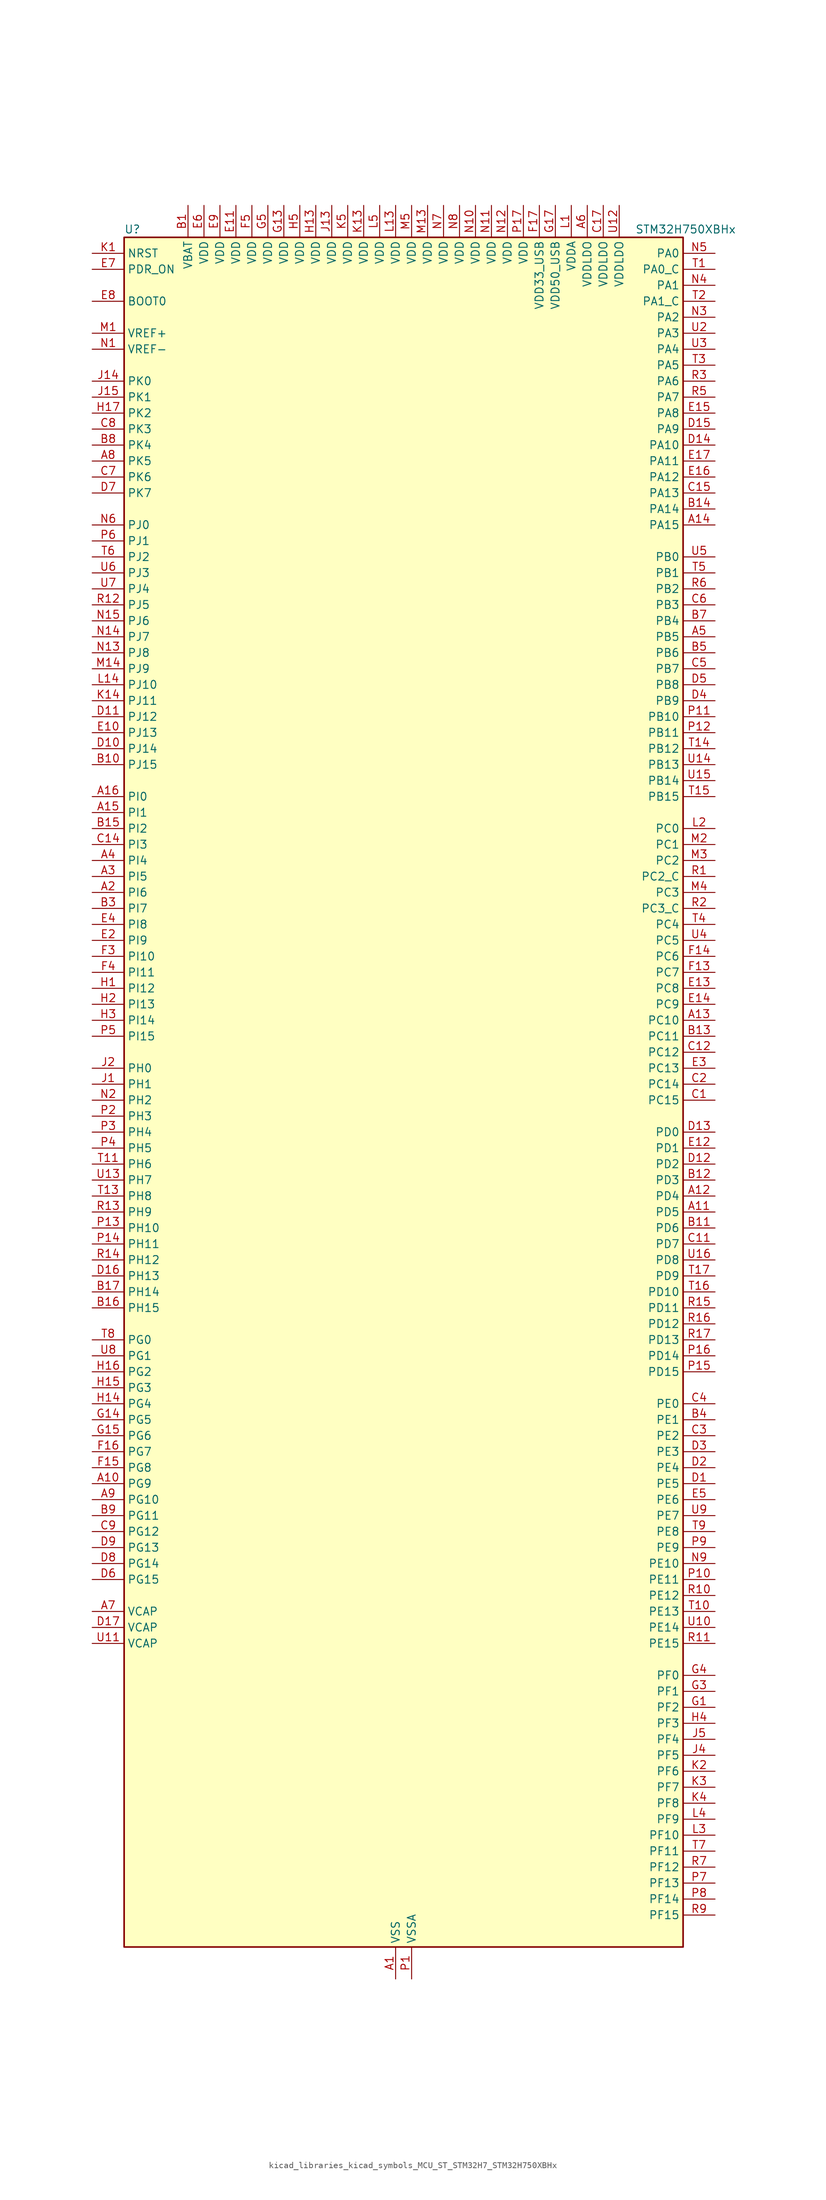
<source format=kicad_sym>
(kicad_symbol_lib
  (version 20220914)
  (generator kicad_symbol_editor)
  (symbol "kicad_libraries_kicad_symbols_MCU_ST_STM32H7_STM32H750XBHx"
    (property "Reference" "U"
      (at -43.18 138.43 0)
      (effects (font (size 1.27 1.27)) (justify left)))
    (property "Value" "STM32H750XBHx"
      (at 38.1 138.43 0)
      (effects (font (size 1.27 1.27)) (justify left)))
    (property "ki_locked" ""
      (at 0 0 0)
      (effects (font (size 1.27 1.27))))
    (symbol "kicad_libraries_kicad_symbols_MCU_ST_STM32H7_STM32H750XBHx_0_1"
      (rectangle (start -43.18 -134.62) (end 45.72 137.16) (stroke (width 0.254) (type default)) (fill (type background))))
    (symbol "kicad_libraries_kicad_symbols_MCU_ST_STM32H7_STM32H750XBHx_1_1"
      (pin power_in line (at 0 -139.7 90) (length 5.08) (name "VSS" (effects (font (size 1.27 1.27)))) (number "A1" (effects (font (size 1.27 1.27)))))
      (pin bidirectional line (at -48.26 -60.96 0) (length 5.08) (name "PG9" (effects (font (size 1.27 1.27)))) (number "A10" (effects (font (size 1.27 1.27)))) (alternate "DAC1_EXTI9" bidirectional line) (alternate "DCMI_VSYNC" bidirectional line) (alternate "FMC_NCE" bidirectional line) (alternate "FMC_NE2" bidirectional line) (alternate "I2S1_SDI" bidirectional line) (alternate "QUADSPI_BK2_IO2" bidirectional line) (alternate "SAI2_FS_B" bidirectional line) (alternate "SPDIFRX1_IN3" bidirectional line) (alternate "SPI1_MISO" bidirectional line) (alternate "USART6_RX" bidirectional line))
      (pin bidirectional line (at 50.8 -17.78 180) (length 5.08) (name "PD5" (effects (font (size 1.27 1.27)))) (number "A11" (effects (font (size 1.27 1.27)))) (alternate "FMC_NWE" bidirectional line) (alternate "HRTIM_EEV3" bidirectional line) (alternate "USART2_TX" bidirectional line))
      (pin bidirectional line (at 50.8 -15.24 180) (length 5.08) (name "PD4" (effects (font (size 1.27 1.27)))) (number "A12" (effects (font (size 1.27 1.27)))) (alternate "FMC_NOE" bidirectional line) (alternate "HRTIM_FLT3" bidirectional line) (alternate "SAI3_FS_A" bidirectional line) (alternate "USART2_DE" bidirectional line) (alternate "USART2_RTS" bidirectional line))
      (pin bidirectional line (at 50.8 12.7 180) (length 5.08) (name "PC10" (effects (font (size 1.27 1.27)))) (number "A13" (effects (font (size 1.27 1.27)))) (alternate "DCMI_D8" bidirectional line) (alternate "DFSDM1_CKIN5" bidirectional line) (alternate "HRTIM_EEV1" bidirectional line) (alternate "I2S3_CK" bidirectional line) (alternate "LTDC_R2" bidirectional line) (alternate "QUADSPI_BK1_IO1" bidirectional line) (alternate "SDMMC1_D2" bidirectional line) (alternate "SPI3_SCK" bidirectional line) (alternate "UART4_TX" bidirectional line) (alternate "USART3_TX" bidirectional line))
      (pin bidirectional line (at 50.8 91.44 180) (length 5.08) (name "PA15" (effects (font (size 1.27 1.27)))) (number "A14" (effects (font (size 1.27 1.27)))) (alternate "ADC1_EXTI15" bidirectional line) (alternate "ADC2_EXTI15" bidirectional line) (alternate "ADC3_EXTI15" bidirectional line) (alternate "CEC" bidirectional line) (alternate "DEBUG_JTDI" bidirectional line) (alternate "HRTIM_FLT1" bidirectional line) (alternate "I2S1_WS" bidirectional line) (alternate "I2S3_WS" bidirectional line) (alternate "SPI1_NSS" bidirectional line) (alternate "SPI3_NSS" bidirectional line) (alternate "SPI6_NSS" bidirectional line) (alternate "TIM2_CH1" bidirectional line) (alternate "TIM2_ETR" bidirectional line) (alternate "UART4_DE" bidirectional line) (alternate "UART4_RTS" bidirectional line) (alternate "UART7_TX" bidirectional line))
      (pin bidirectional line (at -48.26 45.72 0) (length 5.08) (name "PI1" (effects (font (size 1.27 1.27)))) (number "A15" (effects (font (size 1.27 1.27)))) (alternate "DCMI_D8" bidirectional line) (alternate "FMC_D25" bidirectional line) (alternate "I2S2_CK" bidirectional line) (alternate "LTDC_G6" bidirectional line) (alternate "SPI2_SCK" bidirectional line) (alternate "TIM8_BKIN2" bidirectional line) (alternate "TIM8_BKIN2_COMP1" bidirectional line) (alternate "TIM8_BKIN2_COMP2" bidirectional line))
      (pin bidirectional line (at -48.26 48.26 0) (length 5.08) (name "PI0" (effects (font (size 1.27 1.27)))) (number "A16" (effects (font (size 1.27 1.27)))) (alternate "DCMI_D13" bidirectional line) (alternate "FMC_D24" bidirectional line) (alternate "I2S2_WS" bidirectional line) (alternate "LTDC_G5" bidirectional line) (alternate "SPI2_NSS" bidirectional line) (alternate "TIM5_CH4" bidirectional line))
      (pin passive line (at 0 -139.7 90) (length 5.08) hide (name "VSS" (effects (font (size 1.27 1.27)))) (number "A17" (effects (font (size 1.27 1.27)))))
      (pin bidirectional line (at -48.26 33.02 0) (length 5.08) (name "PI6" (effects (font (size 1.27 1.27)))) (number "A2" (effects (font (size 1.27 1.27)))) (alternate "DCMI_D6" bidirectional line) (alternate "FMC_D28" bidirectional line) (alternate "LTDC_B6" bidirectional line) (alternate "SAI2_SD_A" bidirectional line) (alternate "TIM8_CH2" bidirectional line))
      (pin bidirectional line (at -48.26 35.56 0) (length 5.08) (name "PI5" (effects (font (size 1.27 1.27)))) (number "A3" (effects (font (size 1.27 1.27)))) (alternate "DCMI_VSYNC" bidirectional line) (alternate "FMC_NBL3" bidirectional line) (alternate "LTDC_B5" bidirectional line) (alternate "SAI2_SCK_A" bidirectional line) (alternate "TIM8_CH1" bidirectional line))
      (pin bidirectional line (at -48.26 38.1 0) (length 5.08) (name "PI4" (effects (font (size 1.27 1.27)))) (number "A4" (effects (font (size 1.27 1.27)))) (alternate "DCMI_D5" bidirectional line) (alternate "FMC_NBL2" bidirectional line) (alternate "LTDC_B4" bidirectional line) (alternate "SAI2_MCLK_A" bidirectional line) (alternate "TIM8_BKIN" bidirectional line) (alternate "TIM8_BKIN_COMP1" bidirectional line) (alternate "TIM8_BKIN_COMP2" bidirectional line))
      (pin bidirectional line (at 50.8 73.66 180) (length 5.08) (name "PB5" (effects (font (size 1.27 1.27)))) (number "A5" (effects (font (size 1.27 1.27)))) (alternate "DCMI_D10" bidirectional line) (alternate "ETH_PPS_OUT" bidirectional line) (alternate "FDCAN2_RX" bidirectional line) (alternate "FMC_SDCKE1" bidirectional line) (alternate "HRTIM_EEV7" bidirectional line) (alternate "I2C1_SMBA" bidirectional line) (alternate "I2C4_SMBA" bidirectional line) (alternate "I2S1_SDO" bidirectional line) (alternate "I2S3_SDO" bidirectional line) (alternate "SPI1_MOSI" bidirectional line) (alternate "SPI3_MOSI" bidirectional line) (alternate "SPI6_MOSI" bidirectional line) (alternate "TIM17_BKIN" bidirectional line) (alternate "TIM3_CH2" bidirectional line) (alternate "UART5_RX" bidirectional line) (alternate "USB_OTG_HS_ULPI_D7" bidirectional line))
      (pin power_in line (at 30.48 142.24 270) (length 5.08) (name "VDDLDO" (effects (font (size 1.27 1.27)))) (number "A6" (effects (font (size 1.27 1.27)))))
      (pin power_out line (at -48.26 -81.28 0) (length 5.08) (name "VCAP" (effects (font (size 1.27 1.27)))) (number "A7" (effects (font (size 1.27 1.27)))))
      (pin bidirectional line (at -48.26 101.6 0) (length 5.08) (name "PK5" (effects (font (size 1.27 1.27)))) (number "A8" (effects (font (size 1.27 1.27)))) (alternate "LTDC_B6" bidirectional line))
      (pin bidirectional line (at -48.26 -63.5 0) (length 5.08) (name "PG10" (effects (font (size 1.27 1.27)))) (number "A9" (effects (font (size 1.27 1.27)))) (alternate "DCMI_D2" bidirectional line) (alternate "FMC_NE3" bidirectional line) (alternate "HRTIM_FLT5" bidirectional line) (alternate "I2S1_WS" bidirectional line) (alternate "LTDC_B2" bidirectional line) (alternate "LTDC_G3" bidirectional line) (alternate "SAI2_SD_B" bidirectional line) (alternate "SPI1_NSS" bidirectional line))
      (pin power_in line (at -33.02 142.24 270) (length 5.08) (name "VBAT" (effects (font (size 1.27 1.27)))) (number "B1" (effects (font (size 1.27 1.27)))))
      (pin bidirectional line (at -48.26 53.34 0) (length 5.08) (name "PJ15" (effects (font (size 1.27 1.27)))) (number "B10" (effects (font (size 1.27 1.27)))) (alternate "ADC1_EXTI15" bidirectional line) (alternate "ADC2_EXTI15" bidirectional line) (alternate "ADC3_EXTI15" bidirectional line) (alternate "LTDC_B3" bidirectional line))
      (pin bidirectional line (at 50.8 -20.32 180) (length 5.08) (name "PD6" (effects (font (size 1.27 1.27)))) (number "B11" (effects (font (size 1.27 1.27)))) (alternate "DCMI_D10" bidirectional line) (alternate "DFSDM1_CKIN4" bidirectional line) (alternate "DFSDM1_DATIN1" bidirectional line) (alternate "FMC_NWAIT" bidirectional line) (alternate "I2S3_SDO" bidirectional line) (alternate "LTDC_B2" bidirectional line) (alternate "SAI1_D1" bidirectional line) (alternate "SAI1_SD_A" bidirectional line) (alternate "SAI4_D1" bidirectional line) (alternate "SAI4_SD_A" bidirectional line) (alternate "SDMMC2_CK" bidirectional line) (alternate "SPI3_MOSI" bidirectional line) (alternate "USART2_RX" bidirectional line))
      (pin bidirectional line (at 50.8 -12.7 180) (length 5.08) (name "PD3" (effects (font (size 1.27 1.27)))) (number "B12" (effects (font (size 1.27 1.27)))) (alternate "DCMI_D5" bidirectional line) (alternate "DFSDM1_CKOUT" bidirectional line) (alternate "FMC_CLK" bidirectional line) (alternate "I2S2_CK" bidirectional line) (alternate "LTDC_G7" bidirectional line) (alternate "SPI2_SCK" bidirectional line) (alternate "USART2_CTS" bidirectional line) (alternate "USART2_NSS" bidirectional line))
      (pin bidirectional line (at 50.8 10.16 180) (length 5.08) (name "PC11" (effects (font (size 1.27 1.27)))) (number "B13" (effects (font (size 1.27 1.27)))) (alternate "ADC1_EXTI11" bidirectional line) (alternate "ADC2_EXTI11" bidirectional line) (alternate "ADC3_EXTI11" bidirectional line) (alternate "DCMI_D4" bidirectional line) (alternate "DFSDM1_DATIN5" bidirectional line) (alternate "HRTIM_FLT2" bidirectional line) (alternate "I2S3_SDI" bidirectional line) (alternate "QUADSPI_BK2_NCS" bidirectional line) (alternate "SDMMC1_D3" bidirectional line) (alternate "SPI3_MISO" bidirectional line) (alternate "UART4_RX" bidirectional line) (alternate "USART3_RX" bidirectional line))
      (pin bidirectional line (at 50.8 93.98 180) (length 5.08) (name "PA14" (effects (font (size 1.27 1.27)))) (number "B14" (effects (font (size 1.27 1.27)))) (alternate "DEBUG_JTCK-SWCLK" bidirectional line))
      (pin bidirectional line (at -48.26 43.18 0) (length 5.08) (name "PI2" (effects (font (size 1.27 1.27)))) (number "B15" (effects (font (size 1.27 1.27)))) (alternate "DCMI_D9" bidirectional line) (alternate "FMC_D26" bidirectional line) (alternate "I2S2_SDI" bidirectional line) (alternate "LTDC_G7" bidirectional line) (alternate "SPI2_MISO" bidirectional line) (alternate "TIM8_CH4" bidirectional line))
      (pin bidirectional line (at -48.26 -33.02 0) (length 5.08) (name "PH15" (effects (font (size 1.27 1.27)))) (number "B16" (effects (font (size 1.27 1.27)))) (alternate "ADC1_EXTI15" bidirectional line) (alternate "ADC2_EXTI15" bidirectional line) (alternate "ADC3_EXTI15" bidirectional line) (alternate "DCMI_D11" bidirectional line) (alternate "FMC_D23" bidirectional line) (alternate "LTDC_G4" bidirectional line) (alternate "TIM8_CH3N" bidirectional line))
      (pin bidirectional line (at -48.26 -30.48 0) (length 5.08) (name "PH14" (effects (font (size 1.27 1.27)))) (number "B17" (effects (font (size 1.27 1.27)))) (alternate "DCMI_D4" bidirectional line) (alternate "FDCAN1_RX" bidirectional line) (alternate "FMC_D22" bidirectional line) (alternate "LTDC_G3" bidirectional line) (alternate "TIM8_CH2N" bidirectional line) (alternate "UART4_RX" bidirectional line))
      (pin passive line (at 0 -139.7 90) (length 5.08) hide (name "VSS" (effects (font (size 1.27 1.27)))) (number "B2" (effects (font (size 1.27 1.27)))))
      (pin bidirectional line (at -48.26 30.48 0) (length 5.08) (name "PI7" (effects (font (size 1.27 1.27)))) (number "B3" (effects (font (size 1.27 1.27)))) (alternate "DCMI_D7" bidirectional line) (alternate "FMC_D29" bidirectional line) (alternate "LTDC_B7" bidirectional line) (alternate "SAI2_FS_A" bidirectional line) (alternate "TIM8_CH3" bidirectional line))
      (pin bidirectional line (at 50.8 -50.8 180) (length 5.08) (name "PE1" (effects (font (size 1.27 1.27)))) (number "B4" (effects (font (size 1.27 1.27)))) (alternate "DCMI_D3" bidirectional line) (alternate "FMC_NBL1" bidirectional line) (alternate "HRTIM_SCOUT" bidirectional line) (alternate "LPTIM1_IN2" bidirectional line) (alternate "UART8_TX" bidirectional line))
      (pin bidirectional line (at 50.8 71.12 180) (length 5.08) (name "PB6" (effects (font (size 1.27 1.27)))) (number "B5" (effects (font (size 1.27 1.27)))) (alternate "CEC" bidirectional line) (alternate "DCMI_D5" bidirectional line) (alternate "DFSDM1_DATIN5" bidirectional line) (alternate "FDCAN2_TX" bidirectional line) (alternate "FMC_SDNE1" bidirectional line) (alternate "HRTIM_EEV8" bidirectional line) (alternate "I2C1_SCL" bidirectional line) (alternate "I2C4_SCL" bidirectional line) (alternate "LPUART1_TX" bidirectional line) (alternate "QUADSPI_BK1_NCS" bidirectional line) (alternate "TIM16_CH1N" bidirectional line) (alternate "TIM4_CH1" bidirectional line) (alternate "UART5_TX" bidirectional line) (alternate "USART1_TX" bidirectional line))
      (pin passive line (at 0 -139.7 90) (length 5.08) hide (name "VSS" (effects (font (size 1.27 1.27)))) (number "B6" (effects (font (size 1.27 1.27)))))
      (pin bidirectional line (at 50.8 76.2 180) (length 5.08) (name "PB4" (effects (font (size 1.27 1.27)))) (number "B7" (effects (font (size 1.27 1.27)))) (alternate "DEBUG_JTRST" bidirectional line) (alternate "HRTIM_EEV6" bidirectional line) (alternate "I2S1_SDI" bidirectional line) (alternate "I2S2_WS" bidirectional line) (alternate "I2S3_SDI" bidirectional line) (alternate "SDMMC2_D3" bidirectional line) (alternate "SPI1_MISO" bidirectional line) (alternate "SPI2_NSS" bidirectional line) (alternate "SPI3_MISO" bidirectional line) (alternate "SPI6_MISO" bidirectional line) (alternate "TIM16_BKIN" bidirectional line) (alternate "TIM3_CH1" bidirectional line) (alternate "UART7_TX" bidirectional line))
      (pin bidirectional line (at -48.26 104.14 0) (length 5.08) (name "PK4" (effects (font (size 1.27 1.27)))) (number "B8" (effects (font (size 1.27 1.27)))) (alternate "LTDC_B5" bidirectional line))
      (pin bidirectional line (at -48.26 -66.04 0) (length 5.08) (name "PG11" (effects (font (size 1.27 1.27)))) (number "B9" (effects (font (size 1.27 1.27)))) (alternate "ADC1_EXTI11" bidirectional line) (alternate "ADC2_EXTI11" bidirectional line) (alternate "ADC3_EXTI11" bidirectional line) (alternate "DCMI_D3" bidirectional line) (alternate "ETH_TX_EN" bidirectional line) (alternate "HRTIM_EEV4" bidirectional line) (alternate "I2S1_CK" bidirectional line) (alternate "LPTIM1_IN2" bidirectional line) (alternate "LTDC_B3" bidirectional line) (alternate "SDMMC2_D2" bidirectional line) (alternate "SPDIFRX1_IN0" bidirectional line) (alternate "SPI1_SCK" bidirectional line))
      (pin bidirectional line (at 50.8 0 180) (length 5.08) (name "PC15" (effects (font (size 1.27 1.27)))) (number "C1" (effects (font (size 1.27 1.27)))) (alternate "ADC1_EXTI15" bidirectional line) (alternate "ADC2_EXTI15" bidirectional line) (alternate "ADC3_EXTI15" bidirectional line) (alternate "RCC_OSC32_OUT" bidirectional line))
      (pin passive line (at 0 -139.7 90) (length 5.08) hide (name "VSS" (effects (font (size 1.27 1.27)))) (number "C10" (effects (font (size 1.27 1.27)))))
      (pin bidirectional line (at 50.8 -22.86 180) (length 5.08) (name "PD7" (effects (font (size 1.27 1.27)))) (number "C11" (effects (font (size 1.27 1.27)))) (alternate "DFSDM1_CKIN1" bidirectional line) (alternate "DFSDM1_DATIN4" bidirectional line) (alternate "FMC_NE1" bidirectional line) (alternate "I2S1_SDO" bidirectional line) (alternate "SDMMC2_CMD" bidirectional line) (alternate "SPDIFRX1_IN0" bidirectional line) (alternate "SPI1_MOSI" bidirectional line) (alternate "USART2_CK" bidirectional line))
      (pin bidirectional line (at 50.8 7.62 180) (length 5.08) (name "PC12" (effects (font (size 1.27 1.27)))) (number "C12" (effects (font (size 1.27 1.27)))) (alternate "DCMI_D9" bidirectional line) (alternate "DEBUG_TRACED3" bidirectional line) (alternate "HRTIM_EEV2" bidirectional line) (alternate "I2S3_SDO" bidirectional line) (alternate "SDMMC1_CK" bidirectional line) (alternate "SPI3_MOSI" bidirectional line) (alternate "UART5_TX" bidirectional line) (alternate "USART3_CK" bidirectional line))
      (pin passive line (at 0 -139.7 90) (length 5.08) hide (name "VSS" (effects (font (size 1.27 1.27)))) (number "C13" (effects (font (size 1.27 1.27)))))
      (pin bidirectional line (at -48.26 40.64 0) (length 5.08) (name "PI3" (effects (font (size 1.27 1.27)))) (number "C14" (effects (font (size 1.27 1.27)))) (alternate "DCMI_D10" bidirectional line) (alternate "FMC_D27" bidirectional line) (alternate "I2S2_SDO" bidirectional line) (alternate "SPI2_MOSI" bidirectional line) (alternate "TIM8_ETR" bidirectional line))
      (pin bidirectional line (at 50.8 96.52 180) (length 5.08) (name "PA13" (effects (font (size 1.27 1.27)))) (number "C15" (effects (font (size 1.27 1.27)))) (alternate "DEBUG_JTMS-SWDIO" bidirectional line))
      (pin passive line (at 0 -139.7 90) (length 5.08) hide (name "VSS" (effects (font (size 1.27 1.27)))) (number "C16" (effects (font (size 1.27 1.27)))))
      (pin power_in line (at 33.02 142.24 270) (length 5.08) (name "VDDLDO" (effects (font (size 1.27 1.27)))) (number "C17" (effects (font (size 1.27 1.27)))))
      (pin bidirectional line (at 50.8 2.54 180) (length 5.08) (name "PC14" (effects (font (size 1.27 1.27)))) (number "C2" (effects (font (size 1.27 1.27)))) (alternate "RCC_OSC32_IN" bidirectional line))
      (pin bidirectional line (at 50.8 -53.34 180) (length 5.08) (name "PE2" (effects (font (size 1.27 1.27)))) (number "C3" (effects (font (size 1.27 1.27)))) (alternate "DEBUG_TRACECLK" bidirectional line) (alternate "ETH_TXD3" bidirectional line) (alternate "FMC_A23" bidirectional line) (alternate "QUADSPI_BK1_IO2" bidirectional line) (alternate "SAI1_CK1" bidirectional line) (alternate "SAI1_MCLK_A" bidirectional line) (alternate "SAI4_CK1" bidirectional line) (alternate "SAI4_MCLK_A" bidirectional line) (alternate "SPI4_SCK" bidirectional line))
      (pin bidirectional line (at 50.8 -48.26 180) (length 5.08) (name "PE0" (effects (font (size 1.27 1.27)))) (number "C4" (effects (font (size 1.27 1.27)))) (alternate "DCMI_D2" bidirectional line) (alternate "FMC_NBL0" bidirectional line) (alternate "HRTIM_SCIN" bidirectional line) (alternate "LPTIM1_ETR" bidirectional line) (alternate "LPTIM2_ETR" bidirectional line) (alternate "SAI2_MCLK_A" bidirectional line) (alternate "TIM4_ETR" bidirectional line) (alternate "UART8_RX" bidirectional line))
      (pin bidirectional line (at 50.8 68.58 180) (length 5.08) (name "PB7" (effects (font (size 1.27 1.27)))) (number "C5" (effects (font (size 1.27 1.27)))) (alternate "DCMI_VSYNC" bidirectional line) (alternate "DFSDM1_CKIN5" bidirectional line) (alternate "FMC_NL" bidirectional line) (alternate "HRTIM_EEV9" bidirectional line) (alternate "I2C1_SDA" bidirectional line) (alternate "I2C4_SDA" bidirectional line) (alternate "LPUART1_RX" bidirectional line) (alternate "PWR_PVD_IN" bidirectional line) (alternate "TIM17_CH1N" bidirectional line) (alternate "TIM4_CH2" bidirectional line) (alternate "USART1_RX" bidirectional line))
      (pin bidirectional line (at 50.8 78.74 180) (length 5.08) (name "PB3" (effects (font (size 1.27 1.27)))) (number "C6" (effects (font (size 1.27 1.27)))) (alternate "CRS_SYNC" bidirectional line) (alternate "DEBUG_JTDO-SWO" bidirectional line) (alternate "HRTIM_FLT4" bidirectional line) (alternate "I2S1_CK" bidirectional line) (alternate "I2S3_CK" bidirectional line) (alternate "SDMMC2_D2" bidirectional line) (alternate "SPI1_SCK" bidirectional line) (alternate "SPI3_SCK" bidirectional line) (alternate "SPI6_SCK" bidirectional line) (alternate "TIM2_CH2" bidirectional line) (alternate "UART7_RX" bidirectional line))
      (pin bidirectional line (at -48.26 99.06 0) (length 5.08) (name "PK6" (effects (font (size 1.27 1.27)))) (number "C7" (effects (font (size 1.27 1.27)))) (alternate "LTDC_B7" bidirectional line))
      (pin bidirectional line (at -48.26 106.68 0) (length 5.08) (name "PK3" (effects (font (size 1.27 1.27)))) (number "C8" (effects (font (size 1.27 1.27)))) (alternate "LTDC_B4" bidirectional line))
      (pin bidirectional line (at -48.26 -68.58 0) (length 5.08) (name "PG12" (effects (font (size 1.27 1.27)))) (number "C9" (effects (font (size 1.27 1.27)))) (alternate "ETH_TXD1" bidirectional line) (alternate "FMC_NE4" bidirectional line) (alternate "HRTIM_EEV5" bidirectional line) (alternate "LPTIM1_IN1" bidirectional line) (alternate "LTDC_B1" bidirectional line) (alternate "LTDC_B4" bidirectional line) (alternate "SPDIFRX1_IN1" bidirectional line) (alternate "SPI6_MISO" bidirectional line) (alternate "USART6_DE" bidirectional line) (alternate "USART6_RTS" bidirectional line))
      (pin bidirectional line (at 50.8 -60.96 180) (length 5.08) (name "PE5" (effects (font (size 1.27 1.27)))) (number "D1" (effects (font (size 1.27 1.27)))) (alternate "DCMI_D6" bidirectional line) (alternate "DEBUG_TRACED2" bidirectional line) (alternate "DFSDM1_CKIN3" bidirectional line) (alternate "FMC_A21" bidirectional line) (alternate "LTDC_G0" bidirectional line) (alternate "SAI1_CK2" bidirectional line) (alternate "SAI1_SCK_A" bidirectional line) (alternate "SAI4_CK2" bidirectional line) (alternate "SAI4_SCK_A" bidirectional line) (alternate "SPI4_MISO" bidirectional line) (alternate "TIM15_CH1" bidirectional line))
      (pin bidirectional line (at -48.26 55.88 0) (length 5.08) (name "PJ14" (effects (font (size 1.27 1.27)))) (number "D10" (effects (font (size 1.27 1.27)))) (alternate "LTDC_B2" bidirectional line))
      (pin bidirectional line (at -48.26 60.96 0) (length 5.08) (name "PJ12" (effects (font (size 1.27 1.27)))) (number "D11" (effects (font (size 1.27 1.27)))) (alternate "DEBUG_TRGOUT" bidirectional line) (alternate "LTDC_B0" bidirectional line) (alternate "LTDC_G3" bidirectional line))
      (pin bidirectional line (at 50.8 -10.16 180) (length 5.08) (name "PD2" (effects (font (size 1.27 1.27)))) (number "D12" (effects (font (size 1.27 1.27)))) (alternate "DCMI_D11" bidirectional line) (alternate "DEBUG_TRACED2" bidirectional line) (alternate "SDMMC1_CMD" bidirectional line) (alternate "TIM3_ETR" bidirectional line) (alternate "UART5_RX" bidirectional line))
      (pin bidirectional line (at 50.8 -5.08 180) (length 5.08) (name "PD0" (effects (font (size 1.27 1.27)))) (number "D13" (effects (font (size 1.27 1.27)))) (alternate "DFSDM1_CKIN6" bidirectional line) (alternate "FDCAN1_RX" bidirectional line) (alternate "FMC_D2" bidirectional line) (alternate "FMC_DA2" bidirectional line) (alternate "SAI3_SCK_A" bidirectional line) (alternate "UART4_RX" bidirectional line))
      (pin bidirectional line (at 50.8 104.14 180) (length 5.08) (name "PA10" (effects (font (size 1.27 1.27)))) (number "D14" (effects (font (size 1.27 1.27)))) (alternate "DCMI_D1" bidirectional line) (alternate "HRTIM_CHC2" bidirectional line) (alternate "LPUART1_RX" bidirectional line) (alternate "LTDC_B1" bidirectional line) (alternate "LTDC_B4" bidirectional line) (alternate "MDIOS_MDIO" bidirectional line) (alternate "TIM1_CH3" bidirectional line) (alternate "USART1_RX" bidirectional line) (alternate "USB_OTG_FS_ID" bidirectional line))
      (pin bidirectional line (at 50.8 106.68 180) (length 5.08) (name "PA9" (effects (font (size 1.27 1.27)))) (number "D15" (effects (font (size 1.27 1.27)))) (alternate "DAC1_EXTI9" bidirectional line) (alternate "DCMI_D0" bidirectional line) (alternate "HRTIM_CHC1" bidirectional line) (alternate "I2C3_SMBA" bidirectional line) (alternate "I2S2_CK" bidirectional line) (alternate "LPUART1_TX" bidirectional line) (alternate "LTDC_R5" bidirectional line) (alternate "SPI2_SCK" bidirectional line) (alternate "TIM1_CH2" bidirectional line) (alternate "USART1_TX" bidirectional line) (alternate "USB_OTG_FS_VBUS" bidirectional line))
      (pin bidirectional line (at -48.26 -27.94 0) (length 5.08) (name "PH13" (effects (font (size 1.27 1.27)))) (number "D16" (effects (font (size 1.27 1.27)))) (alternate "FDCAN1_TX" bidirectional line) (alternate "FMC_D21" bidirectional line) (alternate "LTDC_G2" bidirectional line) (alternate "TIM8_CH1N" bidirectional line) (alternate "UART4_TX" bidirectional line))
      (pin power_out line (at -48.26 -83.82 0) (length 5.08) (name "VCAP" (effects (font (size 1.27 1.27)))) (number "D17" (effects (font (size 1.27 1.27)))))
      (pin bidirectional line (at 50.8 -58.42 180) (length 5.08) (name "PE4" (effects (font (size 1.27 1.27)))) (number "D2" (effects (font (size 1.27 1.27)))) (alternate "DCMI_D4" bidirectional line) (alternate "DEBUG_TRACED1" bidirectional line) (alternate "DFSDM1_DATIN3" bidirectional line) (alternate "FMC_A20" bidirectional line) (alternate "LTDC_B0" bidirectional line) (alternate "SAI1_D2" bidirectional line) (alternate "SAI1_FS_A" bidirectional line) (alternate "SAI4_D2" bidirectional line) (alternate "SAI4_FS_A" bidirectional line) (alternate "SPI4_NSS" bidirectional line) (alternate "TIM15_CH1N" bidirectional line))
      (pin bidirectional line (at 50.8 -55.88 180) (length 5.08) (name "PE3" (effects (font (size 1.27 1.27)))) (number "D3" (effects (font (size 1.27 1.27)))) (alternate "DEBUG_TRACED0" bidirectional line) (alternate "FMC_A19" bidirectional line) (alternate "SAI1_SD_B" bidirectional line) (alternate "SAI4_SD_B" bidirectional line) (alternate "TIM15_BKIN" bidirectional line))
      (pin bidirectional line (at 50.8 63.5 180) (length 5.08) (name "PB9" (effects (font (size 1.27 1.27)))) (number "D4" (effects (font (size 1.27 1.27)))) (alternate "DAC1_EXTI9" bidirectional line) (alternate "DCMI_D7" bidirectional line) (alternate "DFSDM1_DATIN7" bidirectional line) (alternate "FDCAN1_TX" bidirectional line) (alternate "I2C1_SDA" bidirectional line) (alternate "I2C4_SDA" bidirectional line) (alternate "I2C4_SMBA" bidirectional line) (alternate "I2S2_WS" bidirectional line) (alternate "LTDC_B7" bidirectional line) (alternate "SDMMC1_CDIR" bidirectional line) (alternate "SDMMC1_D5" bidirectional line) (alternate "SDMMC2_D5" bidirectional line) (alternate "SPI2_NSS" bidirectional line) (alternate "TIM17_CH1" bidirectional line) (alternate "TIM4_CH4" bidirectional line) (alternate "UART4_TX" bidirectional line))
      (pin bidirectional line (at 50.8 66.04 180) (length 5.08) (name "PB8" (effects (font (size 1.27 1.27)))) (number "D5" (effects (font (size 1.27 1.27)))) (alternate "DCMI_D6" bidirectional line) (alternate "DFSDM1_CKIN7" bidirectional line) (alternate "ETH_TXD3" bidirectional line) (alternate "FDCAN1_RX" bidirectional line) (alternate "I2C1_SCL" bidirectional line) (alternate "I2C4_SCL" bidirectional line) (alternate "LTDC_B6" bidirectional line) (alternate "SDMMC1_CKIN" bidirectional line) (alternate "SDMMC1_D4" bidirectional line) (alternate "SDMMC2_D4" bidirectional line) (alternate "TIM16_CH1" bidirectional line) (alternate "TIM4_CH3" bidirectional line) (alternate "UART4_RX" bidirectional line))
      (pin bidirectional line (at -48.26 -76.2 0) (length 5.08) (name "PG15" (effects (font (size 1.27 1.27)))) (number "D6" (effects (font (size 1.27 1.27)))) (alternate "ADC1_EXTI15" bidirectional line) (alternate "ADC2_EXTI15" bidirectional line) (alternate "ADC3_EXTI15" bidirectional line) (alternate "DCMI_D13" bidirectional line) (alternate "FMC_SDNCAS" bidirectional line) (alternate "USART6_CTS" bidirectional line) (alternate "USART6_NSS" bidirectional line))
      (pin bidirectional line (at -48.26 96.52 0) (length 5.08) (name "PK7" (effects (font (size 1.27 1.27)))) (number "D7" (effects (font (size 1.27 1.27)))) (alternate "LTDC_DE" bidirectional line))
      (pin bidirectional line (at -48.26 -73.66 0) (length 5.08) (name "PG14" (effects (font (size 1.27 1.27)))) (number "D8" (effects (font (size 1.27 1.27)))) (alternate "DEBUG_TRACED1" bidirectional line) (alternate "ETH_TXD1" bidirectional line) (alternate "FMC_A25" bidirectional line) (alternate "LPTIM1_ETR" bidirectional line) (alternate "LTDC_B0" bidirectional line) (alternate "QUADSPI_BK2_IO3" bidirectional line) (alternate "SPI6_MOSI" bidirectional line) (alternate "USART6_TX" bidirectional line))
      (pin bidirectional line (at -48.26 -71.12 0) (length 5.08) (name "PG13" (effects (font (size 1.27 1.27)))) (number "D9" (effects (font (size 1.27 1.27)))) (alternate "DEBUG_TRACED0" bidirectional line) (alternate "ETH_TXD0" bidirectional line) (alternate "FMC_A24" bidirectional line) (alternate "HRTIM_EEV10" bidirectional line) (alternate "LPTIM1_OUT" bidirectional line) (alternate "LTDC_R0" bidirectional line) (alternate "SPI6_SCK" bidirectional line) (alternate "USART6_CTS" bidirectional line) (alternate "USART6_NSS" bidirectional line))
      (pin no_connect line (at -43.18 -134.62 0) (length 5.08) hide (name "NC" (effects (font (size 1.27 1.27)))) (number "E1" (effects (font (size 1.27 1.27)))))
      (pin bidirectional line (at -48.26 58.42 0) (length 5.08) (name "PJ13" (effects (font (size 1.27 1.27)))) (number "E10" (effects (font (size 1.27 1.27)))) (alternate "LTDC_B1" bidirectional line) (alternate "LTDC_B4" bidirectional line))
      (pin power_in line (at -25.4 142.24 270) (length 5.08) (name "VDD" (effects (font (size 1.27 1.27)))) (number "E11" (effects (font (size 1.27 1.27)))))
      (pin bidirectional line (at 50.8 -7.62 180) (length 5.08) (name "PD1" (effects (font (size 1.27 1.27)))) (number "E12" (effects (font (size 1.27 1.27)))) (alternate "DFSDM1_DATIN6" bidirectional line) (alternate "FDCAN1_TX" bidirectional line) (alternate "FMC_D3" bidirectional line) (alternate "FMC_DA3" bidirectional line) (alternate "SAI3_SD_A" bidirectional line) (alternate "UART4_TX" bidirectional line))
      (pin bidirectional line (at 50.8 17.78 180) (length 5.08) (name "PC8" (effects (font (size 1.27 1.27)))) (number "E13" (effects (font (size 1.27 1.27)))) (alternate "DCMI_D2" bidirectional line) (alternate "DEBUG_TRACED1" bidirectional line) (alternate "FMC_NCE" bidirectional line) (alternate "FMC_NE2" bidirectional line) (alternate "HRTIM_CHB1" bidirectional line) (alternate "SDMMC1_D0" bidirectional line) (alternate "SWPMI1_RX" bidirectional line) (alternate "TIM3_CH3" bidirectional line) (alternate "TIM8_CH3" bidirectional line) (alternate "UART5_DE" bidirectional line) (alternate "UART5_RTS" bidirectional line) (alternate "USART6_CK" bidirectional line))
      (pin bidirectional line (at 50.8 15.24 180) (length 5.08) (name "PC9" (effects (font (size 1.27 1.27)))) (number "E14" (effects (font (size 1.27 1.27)))) (alternate "DAC1_EXTI9" bidirectional line) (alternate "DCMI_D3" bidirectional line) (alternate "I2C3_SDA" bidirectional line) (alternate "I2S_CKIN" bidirectional line) (alternate "LTDC_B2" bidirectional line) (alternate "LTDC_G3" bidirectional line) (alternate "QUADSPI_BK1_IO0" bidirectional line) (alternate "RCC_MCO_2" bidirectional line) (alternate "SDMMC1_D1" bidirectional line) (alternate "SWPMI1_SUSPEND" bidirectional line) (alternate "TIM3_CH4" bidirectional line) (alternate "TIM8_CH4" bidirectional line) (alternate "UART5_CTS" bidirectional line))
      (pin bidirectional line (at 50.8 109.22 180) (length 5.08) (name "PA8" (effects (font (size 1.27 1.27)))) (number "E15" (effects (font (size 1.27 1.27)))) (alternate "HRTIM_CHB2" bidirectional line) (alternate "I2C3_SCL" bidirectional line) (alternate "LTDC_B3" bidirectional line) (alternate "LTDC_R6" bidirectional line) (alternate "RCC_MCO_1" bidirectional line) (alternate "TIM1_CH1" bidirectional line) (alternate "TIM8_BKIN2" bidirectional line) (alternate "TIM8_BKIN2_COMP1" bidirectional line) (alternate "TIM8_BKIN2_COMP2" bidirectional line) (alternate "UART7_RX" bidirectional line) (alternate "USART1_CK" bidirectional line) (alternate "USB_OTG_FS_SOF" bidirectional line))
      (pin bidirectional line (at 50.8 99.06 180) (length 5.08) (name "PA12" (effects (font (size 1.27 1.27)))) (number "E16" (effects (font (size 1.27 1.27)))) (alternate "FDCAN1_TX" bidirectional line) (alternate "HRTIM_CHD2" bidirectional line) (alternate "I2S2_CK" bidirectional line) (alternate "LPUART1_DE" bidirectional line) (alternate "LPUART1_RTS" bidirectional line) (alternate "LTDC_R5" bidirectional line) (alternate "SAI2_FS_B" bidirectional line) (alternate "SPI2_SCK" bidirectional line) (alternate "TIM1_ETR" bidirectional line) (alternate "UART4_TX" bidirectional line) (alternate "USART1_DE" bidirectional line) (alternate "USART1_RTS" bidirectional line) (alternate "USB_OTG_FS_DP" bidirectional line))
      (pin bidirectional line (at 50.8 101.6 180) (length 5.08) (name "PA11" (effects (font (size 1.27 1.27)))) (number "E17" (effects (font (size 1.27 1.27)))) (alternate "ADC1_EXTI11" bidirectional line) (alternate "ADC2_EXTI11" bidirectional line) (alternate "ADC3_EXTI11" bidirectional line) (alternate "FDCAN1_RX" bidirectional line) (alternate "HRTIM_CHD1" bidirectional line) (alternate "I2S2_WS" bidirectional line) (alternate "LPUART1_CTS" bidirectional line) (alternate "LTDC_R4" bidirectional line) (alternate "SPI2_NSS" bidirectional line) (alternate "TIM1_CH4" bidirectional line) (alternate "UART4_RX" bidirectional line) (alternate "USART1_CTS" bidirectional line) (alternate "USART1_NSS" bidirectional line) (alternate "USB_OTG_FS_DM" bidirectional line))
      (pin bidirectional line (at -48.26 25.4 0) (length 5.08) (name "PI9" (effects (font (size 1.27 1.27)))) (number "E2" (effects (font (size 1.27 1.27)))) (alternate "DAC1_EXTI9" bidirectional line) (alternate "FDCAN1_RX" bidirectional line) (alternate "FMC_D30" bidirectional line) (alternate "LTDC_VSYNC" bidirectional line) (alternate "UART4_RX" bidirectional line))
      (pin bidirectional line (at 50.8 5.08 180) (length 5.08) (name "PC13" (effects (font (size 1.27 1.27)))) (number "E3" (effects (font (size 1.27 1.27)))) (alternate "PWR_WKUP2" bidirectional line) (alternate "RTC_OUT_ALARM" bidirectional line) (alternate "RTC_OUT_CALIB" bidirectional line) (alternate "RTC_TAMP1" bidirectional line) (alternate "RTC_TS" bidirectional line))
      (pin bidirectional line (at -48.26 27.94 0) (length 5.08) (name "PI8" (effects (font (size 1.27 1.27)))) (number "E4" (effects (font (size 1.27 1.27)))) (alternate "PWR_WKUP3" bidirectional line) (alternate "RTC_TAMP2" bidirectional line))
      (pin bidirectional line (at 50.8 -63.5 180) (length 5.08) (name "PE6" (effects (font (size 1.27 1.27)))) (number "E5" (effects (font (size 1.27 1.27)))) (alternate "DCMI_D7" bidirectional line) (alternate "DEBUG_TRACED3" bidirectional line) (alternate "FMC_A22" bidirectional line) (alternate "LTDC_G1" bidirectional line) (alternate "SAI1_D1" bidirectional line) (alternate "SAI1_SD_A" bidirectional line) (alternate "SAI2_MCLK_B" bidirectional line) (alternate "SAI4_D1" bidirectional line) (alternate "SAI4_SD_A" bidirectional line) (alternate "SPI4_MOSI" bidirectional line) (alternate "TIM15_CH2" bidirectional line) (alternate "TIM1_BKIN2" bidirectional line) (alternate "TIM1_BKIN2_COMP1" bidirectional line) (alternate "TIM1_BKIN2_COMP2" bidirectional line))
      (pin power_in line (at -30.48 142.24 270) (length 5.08) (name "VDD" (effects (font (size 1.27 1.27)))) (number "E6" (effects (font (size 1.27 1.27)))))
      (pin input line (at -48.26 132.08 0) (length 5.08) (name "PDR_ON" (effects (font (size 1.27 1.27)))) (number "E7" (effects (font (size 1.27 1.27)))))
      (pin input line (at -48.26 127 0) (length 5.08) (name "BOOT0" (effects (font (size 1.27 1.27)))) (number "E8" (effects (font (size 1.27 1.27)))))
      (pin power_in line (at -27.94 142.24 270) (length 5.08) (name "VDD" (effects (font (size 1.27 1.27)))) (number "E9" (effects (font (size 1.27 1.27)))))
      (pin passive line (at 0 -139.7 90) (length 5.08) hide (name "VSS" (effects (font (size 1.27 1.27)))) (number "F1" (effects (font (size 1.27 1.27)))))
      (pin bidirectional line (at 50.8 20.32 180) (length 5.08) (name "PC7" (effects (font (size 1.27 1.27)))) (number "F13" (effects (font (size 1.27 1.27)))) (alternate "DCMI_D1" bidirectional line) (alternate "DEBUG_TRGIO" bidirectional line) (alternate "DFSDM1_DATIN3" bidirectional line) (alternate "FMC_NE1" bidirectional line) (alternate "HRTIM_CHA2" bidirectional line) (alternate "I2S3_MCK" bidirectional line) (alternate "LTDC_G6" bidirectional line) (alternate "SDMMC1_D123DIR" bidirectional line) (alternate "SDMMC1_D7" bidirectional line) (alternate "SDMMC2_D7" bidirectional line) (alternate "SWPMI1_TX" bidirectional line) (alternate "TIM3_CH2" bidirectional line) (alternate "TIM8_CH2" bidirectional line) (alternate "USART6_RX" bidirectional line))
      (pin bidirectional line (at 50.8 22.86 180) (length 5.08) (name "PC6" (effects (font (size 1.27 1.27)))) (number "F14" (effects (font (size 1.27 1.27)))) (alternate "DCMI_D0" bidirectional line) (alternate "DFSDM1_CKIN3" bidirectional line) (alternate "FMC_NWAIT" bidirectional line) (alternate "HRTIM_CHA1" bidirectional line) (alternate "I2S2_MCK" bidirectional line) (alternate "LTDC_HSYNC" bidirectional line) (alternate "SDMMC1_D0DIR" bidirectional line) (alternate "SDMMC1_D6" bidirectional line) (alternate "SDMMC2_D6" bidirectional line) (alternate "SWPMI1_IO" bidirectional line) (alternate "TIM3_CH1" bidirectional line) (alternate "TIM8_CH1" bidirectional line) (alternate "USART6_TX" bidirectional line))
      (pin bidirectional line (at -48.26 -58.42 0) (length 5.08) (name "PG8" (effects (font (size 1.27 1.27)))) (number "F15" (effects (font (size 1.27 1.27)))) (alternate "ETH_PPS_OUT" bidirectional line) (alternate "FMC_SDCLK" bidirectional line) (alternate "LTDC_G7" bidirectional line) (alternate "SPDIFRX1_IN2" bidirectional line) (alternate "SPI6_NSS" bidirectional line) (alternate "TIM8_ETR" bidirectional line) (alternate "USART6_DE" bidirectional line) (alternate "USART6_RTS" bidirectional line))
      (pin bidirectional line (at -48.26 -55.88 0) (length 5.08) (name "PG7" (effects (font (size 1.27 1.27)))) (number "F16" (effects (font (size 1.27 1.27)))) (alternate "DCMI_D13" bidirectional line) (alternate "FMC_INT" bidirectional line) (alternate "HRTIM_CHE2" bidirectional line) (alternate "LTDC_CLK" bidirectional line) (alternate "SAI1_MCLK_A" bidirectional line) (alternate "USART6_CK" bidirectional line))
      (pin power_in line (at 22.86 142.24 270) (length 5.08) (name "VDD33_USB" (effects (font (size 1.27 1.27)))) (number "F17" (effects (font (size 1.27 1.27)))))
      (pin passive line (at 0 -139.7 90) (length 5.08) hide (name "VSS" (effects (font (size 1.27 1.27)))) (number "F2" (effects (font (size 1.27 1.27)))))
      (pin bidirectional line (at -48.26 22.86 0) (length 5.08) (name "PI10" (effects (font (size 1.27 1.27)))) (number "F3" (effects (font (size 1.27 1.27)))) (alternate "ETH_RX_ER" bidirectional line) (alternate "FMC_D31" bidirectional line) (alternate "LTDC_HSYNC" bidirectional line))
      (pin bidirectional line (at -48.26 20.32 0) (length 5.08) (name "PI11" (effects (font (size 1.27 1.27)))) (number "F4" (effects (font (size 1.27 1.27)))) (alternate "ADC1_EXTI11" bidirectional line) (alternate "ADC2_EXTI11" bidirectional line) (alternate "ADC3_EXTI11" bidirectional line) (alternate "LTDC_G6" bidirectional line) (alternate "PWR_WKUP4" bidirectional line) (alternate "USB_OTG_HS_ULPI_DIR" bidirectional line))
      (pin power_in line (at -22.86 142.24 270) (length 5.08) (name "VDD" (effects (font (size 1.27 1.27)))) (number "F5" (effects (font (size 1.27 1.27)))))
      (pin bidirectional line (at 50.8 -96.52 180) (length 5.08) (name "PF2" (effects (font (size 1.27 1.27)))) (number "G1" (effects (font (size 1.27 1.27)))) (alternate "FMC_A2" bidirectional line) (alternate "I2C2_SMBA" bidirectional line))
      (pin passive line (at 0 -139.7 90) (length 5.08) hide (name "VSS" (effects (font (size 1.27 1.27)))) (number "G10" (effects (font (size 1.27 1.27)))))
      (pin passive line (at 0 -139.7 90) (length 5.08) hide (name "VSS" (effects (font (size 1.27 1.27)))) (number "G11" (effects (font (size 1.27 1.27)))))
      (pin power_in line (at -17.78 142.24 270) (length 5.08) (name "VDD" (effects (font (size 1.27 1.27)))) (number "G13" (effects (font (size 1.27 1.27)))))
      (pin bidirectional line (at -48.26 -50.8 0) (length 5.08) (name "PG5" (effects (font (size 1.27 1.27)))) (number "G14" (effects (font (size 1.27 1.27)))) (alternate "FMC_A15" bidirectional line) (alternate "FMC_BA1" bidirectional line) (alternate "TIM1_ETR" bidirectional line))
      (pin bidirectional line (at -48.26 -53.34 0) (length 5.08) (name "PG6" (effects (font (size 1.27 1.27)))) (number "G15" (effects (font (size 1.27 1.27)))) (alternate "DCMI_D12" bidirectional line) (alternate "FMC_NE3" bidirectional line) (alternate "HRTIM_CHE1" bidirectional line) (alternate "LTDC_R7" bidirectional line) (alternate "QUADSPI_BK1_NCS" bidirectional line) (alternate "TIM17_BKIN" bidirectional line))
      (pin passive line (at 0 -139.7 90) (length 5.08) hide (name "VSS" (effects (font (size 1.27 1.27)))) (number "G16" (effects (font (size 1.27 1.27)))))
      (pin power_in line (at 25.4 142.24 270) (length 5.08) (name "VDD50_USB" (effects (font (size 1.27 1.27)))) (number "G17" (effects (font (size 1.27 1.27)))))
      (pin passive line (at 0 -139.7 90) (length 5.08) hide (name "VSS" (effects (font (size 1.27 1.27)))) (number "G2" (effects (font (size 1.27 1.27)))))
      (pin bidirectional line (at 50.8 -93.98 180) (length 5.08) (name "PF1" (effects (font (size 1.27 1.27)))) (number "G3" (effects (font (size 1.27 1.27)))) (alternate "FMC_A1" bidirectional line) (alternate "I2C2_SCL" bidirectional line))
      (pin bidirectional line (at 50.8 -91.44 180) (length 5.08) (name "PF0" (effects (font (size 1.27 1.27)))) (number "G4" (effects (font (size 1.27 1.27)))) (alternate "FMC_A0" bidirectional line) (alternate "I2C2_SDA" bidirectional line))
      (pin power_in line (at -20.32 142.24 270) (length 5.08) (name "VDD" (effects (font (size 1.27 1.27)))) (number "G5" (effects (font (size 1.27 1.27)))))
      (pin passive line (at 0 -139.7 90) (length 5.08) hide (name "VSS" (effects (font (size 1.27 1.27)))) (number "G7" (effects (font (size 1.27 1.27)))))
      (pin passive line (at 0 -139.7 90) (length 5.08) hide (name "VSS" (effects (font (size 1.27 1.27)))) (number "G8" (effects (font (size 1.27 1.27)))))
      (pin passive line (at 0 -139.7 90) (length 5.08) hide (name "VSS" (effects (font (size 1.27 1.27)))) (number "G9" (effects (font (size 1.27 1.27)))))
      (pin bidirectional line (at -48.26 17.78 0) (length 5.08) (name "PI12" (effects (font (size 1.27 1.27)))) (number "H1" (effects (font (size 1.27 1.27)))) (alternate "LTDC_HSYNC" bidirectional line))
      (pin passive line (at 0 -139.7 90) (length 5.08) hide (name "VSS" (effects (font (size 1.27 1.27)))) (number "H10" (effects (font (size 1.27 1.27)))))
      (pin passive line (at 0 -139.7 90) (length 5.08) hide (name "VSS" (effects (font (size 1.27 1.27)))) (number "H11" (effects (font (size 1.27 1.27)))))
      (pin power_in line (at -12.7 142.24 270) (length 5.08) (name "VDD" (effects (font (size 1.27 1.27)))) (number "H13" (effects (font (size 1.27 1.27)))))
      (pin bidirectional line (at -48.26 -48.26 0) (length 5.08) (name "PG4" (effects (font (size 1.27 1.27)))) (number "H14" (effects (font (size 1.27 1.27)))) (alternate "FMC_A14" bidirectional line) (alternate "FMC_BA0" bidirectional line) (alternate "TIM1_BKIN2" bidirectional line) (alternate "TIM1_BKIN2_COMP1" bidirectional line) (alternate "TIM1_BKIN2_COMP2" bidirectional line))
      (pin bidirectional line (at -48.26 -45.72 0) (length 5.08) (name "PG3" (effects (font (size 1.27 1.27)))) (number "H15" (effects (font (size 1.27 1.27)))) (alternate "FMC_A13" bidirectional line) (alternate "TIM8_BKIN2" bidirectional line) (alternate "TIM8_BKIN2_COMP1" bidirectional line) (alternate "TIM8_BKIN2_COMP2" bidirectional line))
      (pin bidirectional line (at -48.26 -43.18 0) (length 5.08) (name "PG2" (effects (font (size 1.27 1.27)))) (number "H16" (effects (font (size 1.27 1.27)))) (alternate "FMC_A12" bidirectional line) (alternate "TIM8_BKIN" bidirectional line) (alternate "TIM8_BKIN_COMP1" bidirectional line) (alternate "TIM8_BKIN_COMP2" bidirectional line))
      (pin bidirectional line (at -48.26 109.22 0) (length 5.08) (name "PK2" (effects (font (size 1.27 1.27)))) (number "H17" (effects (font (size 1.27 1.27)))) (alternate "LTDC_G7" bidirectional line) (alternate "TIM1_BKIN" bidirectional line) (alternate "TIM1_BKIN_COMP1" bidirectional line) (alternate "TIM1_BKIN_COMP2" bidirectional line) (alternate "TIM8_BKIN" bidirectional line) (alternate "TIM8_BKIN_COMP1" bidirectional line) (alternate "TIM8_BKIN_COMP2" bidirectional line))
      (pin bidirectional line (at -48.26 15.24 0) (length 5.08) (name "PI13" (effects (font (size 1.27 1.27)))) (number "H2" (effects (font (size 1.27 1.27)))) (alternate "LTDC_VSYNC" bidirectional line))
      (pin bidirectional line (at -48.26 12.7 0) (length 5.08) (name "PI14" (effects (font (size 1.27 1.27)))) (number "H3" (effects (font (size 1.27 1.27)))) (alternate "LTDC_CLK" bidirectional line))
      (pin bidirectional line (at 50.8 -99.06 180) (length 5.08) (name "PF3" (effects (font (size 1.27 1.27)))) (number "H4" (effects (font (size 1.27 1.27)))) (alternate "ADC3_INP5" bidirectional line) (alternate "FMC_A3" bidirectional line))
      (pin power_in line (at -15.24 142.24 270) (length 5.08) (name "VDD" (effects (font (size 1.27 1.27)))) (number "H5" (effects (font (size 1.27 1.27)))))
      (pin passive line (at 0 -139.7 90) (length 5.08) hide (name "VSS" (effects (font (size 1.27 1.27)))) (number "H7" (effects (font (size 1.27 1.27)))))
      (pin passive line (at 0 -139.7 90) (length 5.08) hide (name "VSS" (effects (font (size 1.27 1.27)))) (number "H8" (effects (font (size 1.27 1.27)))))
      (pin passive line (at 0 -139.7 90) (length 5.08) hide (name "VSS" (effects (font (size 1.27 1.27)))) (number "H9" (effects (font (size 1.27 1.27)))))
      (pin bidirectional line (at -48.26 2.54 0) (length 5.08) (name "PH1" (effects (font (size 1.27 1.27)))) (number "J1" (effects (font (size 1.27 1.27)))) (alternate "RCC_OSC_OUT" bidirectional line))
      (pin passive line (at 0 -139.7 90) (length 5.08) hide (name "VSS" (effects (font (size 1.27 1.27)))) (number "J10" (effects (font (size 1.27 1.27)))))
      (pin passive line (at 0 -139.7 90) (length 5.08) hide (name "VSS" (effects (font (size 1.27 1.27)))) (number "J11" (effects (font (size 1.27 1.27)))))
      (pin power_in line (at -10.16 142.24 270) (length 5.08) (name "VDD" (effects (font (size 1.27 1.27)))) (number "J13" (effects (font (size 1.27 1.27)))))
      (pin bidirectional line (at -48.26 114.3 0) (length 5.08) (name "PK0" (effects (font (size 1.27 1.27)))) (number "J14" (effects (font (size 1.27 1.27)))) (alternate "LTDC_G5" bidirectional line) (alternate "SPI5_SCK" bidirectional line) (alternate "TIM1_CH1N" bidirectional line) (alternate "TIM8_CH3" bidirectional line))
      (pin bidirectional line (at -48.26 111.76 0) (length 5.08) (name "PK1" (effects (font (size 1.27 1.27)))) (number "J15" (effects (font (size 1.27 1.27)))) (alternate "LTDC_G6" bidirectional line) (alternate "SPI5_NSS" bidirectional line) (alternate "TIM1_CH1" bidirectional line) (alternate "TIM8_CH3N" bidirectional line))
      (pin passive line (at 0 -139.7 90) (length 5.08) hide (name "VSS" (effects (font (size 1.27 1.27)))) (number "J16" (effects (font (size 1.27 1.27)))))
      (pin passive line (at 0 -139.7 90) (length 5.08) hide (name "VSS" (effects (font (size 1.27 1.27)))) (number "J17" (effects (font (size 1.27 1.27)))))
      (pin bidirectional line (at -48.26 5.08 0) (length 5.08) (name "PH0" (effects (font (size 1.27 1.27)))) (number "J2" (effects (font (size 1.27 1.27)))) (alternate "RCC_OSC_IN" bidirectional line))
      (pin passive line (at 0 -139.7 90) (length 5.08) hide (name "VSS" (effects (font (size 1.27 1.27)))) (number "J3" (effects (font (size 1.27 1.27)))))
      (pin bidirectional line (at 50.8 -104.14 180) (length 5.08) (name "PF5" (effects (font (size 1.27 1.27)))) (number "J4" (effects (font (size 1.27 1.27)))) (alternate "ADC3_INP4" bidirectional line) (alternate "FMC_A5" bidirectional line))
      (pin bidirectional line (at 50.8 -101.6 180) (length 5.08) (name "PF4" (effects (font (size 1.27 1.27)))) (number "J5" (effects (font (size 1.27 1.27)))) (alternate "ADC3_INN5" bidirectional line) (alternate "ADC3_INP9" bidirectional line) (alternate "FMC_A4" bidirectional line))
      (pin passive line (at 0 -139.7 90) (length 5.08) hide (name "VSS" (effects (font (size 1.27 1.27)))) (number "J7" (effects (font (size 1.27 1.27)))))
      (pin passive line (at 0 -139.7 90) (length 5.08) hide (name "VSS" (effects (font (size 1.27 1.27)))) (number "J8" (effects (font (size 1.27 1.27)))))
      (pin passive line (at 0 -139.7 90) (length 5.08) hide (name "VSS" (effects (font (size 1.27 1.27)))) (number "J9" (effects (font (size 1.27 1.27)))))
      (pin input line (at -48.26 134.62 0) (length 5.08) (name "NRST" (effects (font (size 1.27 1.27)))) (number "K1" (effects (font (size 1.27 1.27)))))
      (pin passive line (at 0 -139.7 90) (length 5.08) hide (name "VSS" (effects (font (size 1.27 1.27)))) (number "K10" (effects (font (size 1.27 1.27)))))
      (pin passive line (at 0 -139.7 90) (length 5.08) hide (name "VSS" (effects (font (size 1.27 1.27)))) (number "K11" (effects (font (size 1.27 1.27)))))
      (pin power_in line (at -5.08 142.24 270) (length 5.08) (name "VDD" (effects (font (size 1.27 1.27)))) (number "K13" (effects (font (size 1.27 1.27)))))
      (pin bidirectional line (at -48.26 63.5 0) (length 5.08) (name "PJ11" (effects (font (size 1.27 1.27)))) (number "K14" (effects (font (size 1.27 1.27)))) (alternate "ADC1_EXTI11" bidirectional line) (alternate "ADC2_EXTI11" bidirectional line) (alternate "ADC3_EXTI11" bidirectional line) (alternate "LTDC_G4" bidirectional line) (alternate "SPI5_MISO" bidirectional line) (alternate "TIM1_CH2" bidirectional line) (alternate "TIM8_CH2N" bidirectional line))
      (pin passive line (at 0 -139.7 90) (length 5.08) hide (name "VSS" (effects (font (size 1.27 1.27)))) (number "K15" (effects (font (size 1.27 1.27)))))
      (pin no_connect line (at -43.18 -132.08 0) (length 5.08) hide (name "NC" (effects (font (size 1.27 1.27)))) (number "K16" (effects (font (size 1.27 1.27)))))
      (pin no_connect line (at -43.18 -129.54 0) (length 5.08) hide (name "NC" (effects (font (size 1.27 1.27)))) (number "K17" (effects (font (size 1.27 1.27)))))
      (pin bidirectional line (at 50.8 -106.68 180) (length 5.08) (name "PF6" (effects (font (size 1.27 1.27)))) (number "K2" (effects (font (size 1.27 1.27)))) (alternate "ADC3_INN4" bidirectional line) (alternate "ADC3_INP8" bidirectional line) (alternate "QUADSPI_BK1_IO3" bidirectional line) (alternate "SAI1_SD_B" bidirectional line) (alternate "SAI4_SD_B" bidirectional line) (alternate "SPI5_NSS" bidirectional line) (alternate "TIM16_CH1" bidirectional line) (alternate "UART7_RX" bidirectional line))
      (pin bidirectional line (at 50.8 -109.22 180) (length 5.08) (name "PF7" (effects (font (size 1.27 1.27)))) (number "K3" (effects (font (size 1.27 1.27)))) (alternate "ADC3_INP3" bidirectional line) (alternate "QUADSPI_BK1_IO2" bidirectional line) (alternate "SAI1_MCLK_B" bidirectional line) (alternate "SAI4_MCLK_B" bidirectional line) (alternate "SPI5_SCK" bidirectional line) (alternate "TIM17_CH1" bidirectional line) (alternate "UART7_TX" bidirectional line))
      (pin bidirectional line (at 50.8 -111.76 180) (length 5.08) (name "PF8" (effects (font (size 1.27 1.27)))) (number "K4" (effects (font (size 1.27 1.27)))) (alternate "ADC3_INN3" bidirectional line) (alternate "ADC3_INP7" bidirectional line) (alternate "QUADSPI_BK1_IO0" bidirectional line) (alternate "SAI1_SCK_B" bidirectional line) (alternate "SAI4_SCK_B" bidirectional line) (alternate "SPI5_MISO" bidirectional line) (alternate "TIM13_CH1" bidirectional line) (alternate "TIM16_CH1N" bidirectional line) (alternate "UART7_DE" bidirectional line) (alternate "UART7_RTS" bidirectional line))
      (pin power_in line (at -7.62 142.24 270) (length 5.08) (name "VDD" (effects (font (size 1.27 1.27)))) (number "K5" (effects (font (size 1.27 1.27)))))
      (pin passive line (at 0 -139.7 90) (length 5.08) hide (name "VSS" (effects (font (size 1.27 1.27)))) (number "K7" (effects (font (size 1.27 1.27)))))
      (pin passive line (at 0 -139.7 90) (length 5.08) hide (name "VSS" (effects (font (size 1.27 1.27)))) (number "K8" (effects (font (size 1.27 1.27)))))
      (pin passive line (at 0 -139.7 90) (length 5.08) hide (name "VSS" (effects (font (size 1.27 1.27)))) (number "K9" (effects (font (size 1.27 1.27)))))
      (pin power_in line (at 27.94 142.24 270) (length 5.08) (name "VDDA" (effects (font (size 1.27 1.27)))) (number "L1" (effects (font (size 1.27 1.27)))))
      (pin passive line (at 0 -139.7 90) (length 5.08) hide (name "VSS" (effects (font (size 1.27 1.27)))) (number "L10" (effects (font (size 1.27 1.27)))))
      (pin passive line (at 0 -139.7 90) (length 5.08) hide (name "VSS" (effects (font (size 1.27 1.27)))) (number "L11" (effects (font (size 1.27 1.27)))))
      (pin power_in line (at 0 142.24 270) (length 5.08) (name "VDD" (effects (font (size 1.27 1.27)))) (number "L13" (effects (font (size 1.27 1.27)))))
      (pin bidirectional line (at -48.26 66.04 0) (length 5.08) (name "PJ10" (effects (font (size 1.27 1.27)))) (number "L14" (effects (font (size 1.27 1.27)))) (alternate "LTDC_G3" bidirectional line) (alternate "SPI5_MOSI" bidirectional line) (alternate "TIM1_CH2N" bidirectional line) (alternate "TIM8_CH2" bidirectional line))
      (pin passive line (at 0 -139.7 90) (length 5.08) hide (name "VSS" (effects (font (size 1.27 1.27)))) (number "L15" (effects (font (size 1.27 1.27)))))
      (pin no_connect line (at -43.18 -127 0) (length 5.08) hide (name "NC" (effects (font (size 1.27 1.27)))) (number "L16" (effects (font (size 1.27 1.27)))))
      (pin no_connect line (at -43.18 -124.46 0) (length 5.08) hide (name "NC" (effects (font (size 1.27 1.27)))) (number "L17" (effects (font (size 1.27 1.27)))))
      (pin bidirectional line (at 50.8 43.18 180) (length 5.08) (name "PC0" (effects (font (size 1.27 1.27)))) (number "L2" (effects (font (size 1.27 1.27)))) (alternate "ADC1_INP10" bidirectional line) (alternate "ADC2_INP10" bidirectional line) (alternate "ADC3_INP10" bidirectional line) (alternate "DFSDM1_CKIN0" bidirectional line) (alternate "DFSDM1_DATIN4" bidirectional line) (alternate "FMC_SDNWE" bidirectional line) (alternate "LTDC_R5" bidirectional line) (alternate "SAI2_FS_B" bidirectional line) (alternate "USB_OTG_HS_ULPI_STP" bidirectional line))
      (pin bidirectional line (at 50.8 -116.84 180) (length 5.08) (name "PF10" (effects (font (size 1.27 1.27)))) (number "L3" (effects (font (size 1.27 1.27)))) (alternate "ADC3_INN2" bidirectional line) (alternate "ADC3_INP6" bidirectional line) (alternate "DCMI_D11" bidirectional line) (alternate "LTDC_DE" bidirectional line) (alternate "QUADSPI_CLK" bidirectional line) (alternate "SAI1_D3" bidirectional line) (alternate "SAI4_D3" bidirectional line) (alternate "TIM16_BKIN" bidirectional line))
      (pin bidirectional line (at 50.8 -114.3 180) (length 5.08) (name "PF9" (effects (font (size 1.27 1.27)))) (number "L4" (effects (font (size 1.27 1.27)))) (alternate "ADC3_INP2" bidirectional line) (alternate "DAC1_EXTI9" bidirectional line) (alternate "QUADSPI_BK1_IO1" bidirectional line) (alternate "SAI1_FS_B" bidirectional line) (alternate "SAI4_FS_B" bidirectional line) (alternate "SPI5_MOSI" bidirectional line) (alternate "TIM14_CH1" bidirectional line) (alternate "TIM17_CH1N" bidirectional line) (alternate "UART7_CTS" bidirectional line))
      (pin power_in line (at -2.54 142.24 270) (length 5.08) (name "VDD" (effects (font (size 1.27 1.27)))) (number "L5" (effects (font (size 1.27 1.27)))))
      (pin passive line (at 0 -139.7 90) (length 5.08) hide (name "VSS" (effects (font (size 1.27 1.27)))) (number "L7" (effects (font (size 1.27 1.27)))))
      (pin passive line (at 0 -139.7 90) (length 5.08) hide (name "VSS" (effects (font (size 1.27 1.27)))) (number "L8" (effects (font (size 1.27 1.27)))))
      (pin passive line (at 0 -139.7 90) (length 5.08) hide (name "VSS" (effects (font (size 1.27 1.27)))) (number "L9" (effects (font (size 1.27 1.27)))))
      (pin input line (at -48.26 121.92 0) (length 5.08) (name "VREF+" (effects (font (size 1.27 1.27)))) (number "M1" (effects (font (size 1.27 1.27)))) (alternate "VREFBUF_OUT" bidirectional line))
      (pin power_in line (at 5.08 142.24 270) (length 5.08) (name "VDD" (effects (font (size 1.27 1.27)))) (number "M13" (effects (font (size 1.27 1.27)))))
      (pin bidirectional line (at -48.26 68.58 0) (length 5.08) (name "PJ9" (effects (font (size 1.27 1.27)))) (number "M14" (effects (font (size 1.27 1.27)))) (alternate "DAC1_EXTI9" bidirectional line) (alternate "LTDC_G2" bidirectional line) (alternate "TIM1_CH3" bidirectional line) (alternate "TIM8_CH1N" bidirectional line) (alternate "UART8_RX" bidirectional line))
      (pin passive line (at 0 -139.7 90) (length 5.08) hide (name "VSS" (effects (font (size 1.27 1.27)))) (number "M15" (effects (font (size 1.27 1.27)))))
      (pin no_connect line (at -43.18 -121.92 0) (length 5.08) hide (name "NC" (effects (font (size 1.27 1.27)))) (number "M16" (effects (font (size 1.27 1.27)))))
      (pin no_connect line (at -43.18 -119.38 0) (length 5.08) hide (name "NC" (effects (font (size 1.27 1.27)))) (number "M17" (effects (font (size 1.27 1.27)))))
      (pin bidirectional line (at 50.8 40.64 180) (length 5.08) (name "PC1" (effects (font (size 1.27 1.27)))) (number "M2" (effects (font (size 1.27 1.27)))) (alternate "ADC1_INN10" bidirectional line) (alternate "ADC1_INP11" bidirectional line) (alternate "ADC2_INN10" bidirectional line) (alternate "ADC2_INP11" bidirectional line) (alternate "ADC3_INN10" bidirectional line) (alternate "ADC3_INP11" bidirectional line) (alternate "DEBUG_TRACED0" bidirectional line) (alternate "DFSDM1_CKIN4" bidirectional line) (alternate "DFSDM1_DATIN0" bidirectional line) (alternate "ETH_MDC" bidirectional line) (alternate "I2S2_SDO" bidirectional line) (alternate "MDIOS_MDC" bidirectional line) (alternate "PWR_WKUP5" bidirectional line) (alternate "RTC_TAMP3" bidirectional line) (alternate "SAI1_D1" bidirectional line) (alternate "SAI1_SD_A" bidirectional line) (alternate "SAI4_D1" bidirectional line) (alternate "SAI4_SD_A" bidirectional line) (alternate "SDMMC2_CK" bidirectional line) (alternate "SPI2_MOSI" bidirectional line))
      (pin bidirectional line (at 50.8 38.1 180) (length 5.08) (name "PC2" (effects (font (size 1.27 1.27)))) (number "M3" (effects (font (size 1.27 1.27)))) (alternate "ADC1_INN11" bidirectional line) (alternate "ADC1_INP12" bidirectional line) (alternate "ADC2_INN11" bidirectional line) (alternate "ADC2_INP12" bidirectional line) (alternate "ADC3_INN11" bidirectional line) (alternate "ADC3_INP12" bidirectional line) (alternate "DFSDM1_CKIN1" bidirectional line) (alternate "DFSDM1_CKOUT" bidirectional line) (alternate "ETH_TXD2" bidirectional line) (alternate "FMC_SDNE0" bidirectional line) (alternate "I2S2_SDI" bidirectional line) (alternate "PWR_CSTOP" bidirectional line) (alternate "SPI2_MISO" bidirectional line) (alternate "USB_OTG_HS_ULPI_DIR" bidirectional line))
      (pin bidirectional line (at 50.8 33.02 180) (length 5.08) (name "PC3" (effects (font (size 1.27 1.27)))) (number "M4" (effects (font (size 1.27 1.27)))) (alternate "ADC1_INN12" bidirectional line) (alternate "ADC1_INP13" bidirectional line) (alternate "ADC2_INN12" bidirectional line) (alternate "ADC2_INP13" bidirectional line) (alternate "DFSDM1_DATIN1" bidirectional line) (alternate "ETH_TX_CLK" bidirectional line) (alternate "FMC_SDCKE0" bidirectional line) (alternate "I2S2_SDO" bidirectional line) (alternate "PWR_CSLEEP" bidirectional line) (alternate "SPI2_MOSI" bidirectional line) (alternate "USB_OTG_HS_ULPI_NXT" bidirectional line))
      (pin power_in line (at 2.54 142.24 270) (length 5.08) (name "VDD" (effects (font (size 1.27 1.27)))) (number "M5" (effects (font (size 1.27 1.27)))))
      (pin input line (at -48.26 119.38 0) (length 5.08) (name "VREF-" (effects (font (size 1.27 1.27)))) (number "N1" (effects (font (size 1.27 1.27)))))
      (pin power_in line (at 12.7 142.24 270) (length 5.08) (name "VDD" (effects (font (size 1.27 1.27)))) (number "N10" (effects (font (size 1.27 1.27)))))
      (pin power_in line (at 15.24 142.24 270) (length 5.08) (name "VDD" (effects (font (size 1.27 1.27)))) (number "N11" (effects (font (size 1.27 1.27)))))
      (pin power_in line (at 17.78 142.24 270) (length 5.08) (name "VDD" (effects (font (size 1.27 1.27)))) (number "N12" (effects (font (size 1.27 1.27)))))
      (pin bidirectional line (at -48.26 71.12 0) (length 5.08) (name "PJ8" (effects (font (size 1.27 1.27)))) (number "N13" (effects (font (size 1.27 1.27)))) (alternate "LTDC_G1" bidirectional line) (alternate "TIM1_CH3N" bidirectional line) (alternate "TIM8_CH1" bidirectional line) (alternate "UART8_TX" bidirectional line))
      (pin bidirectional line (at -48.26 73.66 0) (length 5.08) (name "PJ7" (effects (font (size 1.27 1.27)))) (number "N14" (effects (font (size 1.27 1.27)))) (alternate "DEBUG_TRGIN" bidirectional line) (alternate "LTDC_G0" bidirectional line) (alternate "TIM8_CH2N" bidirectional line))
      (pin bidirectional line (at -48.26 76.2 0) (length 5.08) (name "PJ6" (effects (font (size 1.27 1.27)))) (number "N15" (effects (font (size 1.27 1.27)))) (alternate "LTDC_R7" bidirectional line) (alternate "TIM8_CH2" bidirectional line))
      (pin passive line (at 0 -139.7 90) (length 5.08) hide (name "VSS" (effects (font (size 1.27 1.27)))) (number "N16" (effects (font (size 1.27 1.27)))))
      (pin no_connect line (at -43.18 -116.84 0) (length 5.08) hide (name "NC" (effects (font (size 1.27 1.27)))) (number "N17" (effects (font (size 1.27 1.27)))))
      (pin bidirectional line (at -48.26 0 0) (length 5.08) (name "PH2" (effects (font (size 1.27 1.27)))) (number "N2" (effects (font (size 1.27 1.27)))) (alternate "ADC3_INP13" bidirectional line) (alternate "ETH_CRS" bidirectional line) (alternate "FMC_SDCKE0" bidirectional line) (alternate "LPTIM1_IN2" bidirectional line) (alternate "LTDC_R0" bidirectional line) (alternate "QUADSPI_BK2_IO0" bidirectional line) (alternate "SAI2_SCK_B" bidirectional line))
      (pin bidirectional line (at 50.8 124.46 180) (length 5.08) (name "PA2" (effects (font (size 1.27 1.27)))) (number "N3" (effects (font (size 1.27 1.27)))) (alternate "ADC1_INP14" bidirectional line) (alternate "ADC2_INP14" bidirectional line) (alternate "ETH_MDIO" bidirectional line) (alternate "LPTIM4_OUT" bidirectional line) (alternate "LTDC_R1" bidirectional line) (alternate "MDIOS_MDIO" bidirectional line) (alternate "PWR_WKUP1" bidirectional line) (alternate "SAI2_SCK_B" bidirectional line) (alternate "TIM15_CH1" bidirectional line) (alternate "TIM2_CH3" bidirectional line) (alternate "TIM5_CH3" bidirectional line) (alternate "USART2_TX" bidirectional line))
      (pin bidirectional line (at 50.8 129.54 180) (length 5.08) (name "PA1" (effects (font (size 1.27 1.27)))) (number "N4" (effects (font (size 1.27 1.27)))) (alternate "ADC1_INN16" bidirectional line) (alternate "ADC1_INP17" bidirectional line) (alternate "ETH_REF_CLK" bidirectional line) (alternate "ETH_RX_CLK" bidirectional line) (alternate "LPTIM3_OUT" bidirectional line) (alternate "LTDC_R2" bidirectional line) (alternate "QUADSPI_BK1_IO3" bidirectional line) (alternate "SAI2_MCLK_B" bidirectional line) (alternate "TIM15_CH1N" bidirectional line) (alternate "TIM2_CH2" bidirectional line) (alternate "TIM5_CH2" bidirectional line) (alternate "UART4_RX" bidirectional line) (alternate "USART2_DE" bidirectional line) (alternate "USART2_RTS" bidirectional line))
      (pin bidirectional line (at 50.8 134.62 180) (length 5.08) (name "PA0" (effects (font (size 1.27 1.27)))) (number "N5" (effects (font (size 1.27 1.27)))) (alternate "ADC1_INP16" bidirectional line) (alternate "ETH_CRS" bidirectional line) (alternate "PWR_WKUP0" bidirectional line) (alternate "SAI2_SD_B" bidirectional line) (alternate "SDMMC2_CMD" bidirectional line) (alternate "TIM15_BKIN" bidirectional line) (alternate "TIM2_CH1" bidirectional line) (alternate "TIM2_ETR" bidirectional line) (alternate "TIM5_CH1" bidirectional line) (alternate "TIM8_ETR" bidirectional line) (alternate "UART4_TX" bidirectional line) (alternate "USART2_CTS" bidirectional line) (alternate "USART2_NSS" bidirectional line))
      (pin bidirectional line (at -48.26 91.44 0) (length 5.08) (name "PJ0" (effects (font (size 1.27 1.27)))) (number "N6" (effects (font (size 1.27 1.27)))) (alternate "LTDC_R1" bidirectional line) (alternate "LTDC_R7" bidirectional line))
      (pin power_in line (at 7.62 142.24 270) (length 5.08) (name "VDD" (effects (font (size 1.27 1.27)))) (number "N7" (effects (font (size 1.27 1.27)))))
      (pin power_in line (at 10.16 142.24 270) (length 5.08) (name "VDD" (effects (font (size 1.27 1.27)))) (number "N8" (effects (font (size 1.27 1.27)))))
      (pin bidirectional line (at 50.8 -73.66 180) (length 5.08) (name "PE10" (effects (font (size 1.27 1.27)))) (number "N9" (effects (font (size 1.27 1.27)))) (alternate "COMP2_INM" bidirectional line) (alternate "DFSDM1_DATIN4" bidirectional line) (alternate "FMC_D7" bidirectional line) (alternate "FMC_DA7" bidirectional line) (alternate "QUADSPI_BK2_IO3" bidirectional line) (alternate "TIM1_CH2N" bidirectional line) (alternate "UART7_CTS" bidirectional line))
      (pin power_in line (at 2.54 -139.7 90) (length 5.08) (name "VSSA" (effects (font (size 1.27 1.27)))) (number "P1" (effects (font (size 1.27 1.27)))))
      (pin bidirectional line (at 50.8 -76.2 180) (length 5.08) (name "PE11" (effects (font (size 1.27 1.27)))) (number "P10" (effects (font (size 1.27 1.27)))) (alternate "ADC1_EXTI11" bidirectional line) (alternate "ADC2_EXTI11" bidirectional line) (alternate "ADC3_EXTI11" bidirectional line) (alternate "COMP2_INP" bidirectional line) (alternate "DFSDM1_CKIN4" bidirectional line) (alternate "FMC_D8" bidirectional line) (alternate "FMC_DA8" bidirectional line) (alternate "LTDC_G3" bidirectional line) (alternate "SAI2_SD_B" bidirectional line) (alternate "SPI4_NSS" bidirectional line) (alternate "TIM1_CH2" bidirectional line))
      (pin bidirectional line (at 50.8 60.96 180) (length 5.08) (name "PB10" (effects (font (size 1.27 1.27)))) (number "P11" (effects (font (size 1.27 1.27)))) (alternate "DFSDM1_DATIN7" bidirectional line) (alternate "ETH_RX_ER" bidirectional line) (alternate "HRTIM_SCOUT" bidirectional line) (alternate "I2C2_SCL" bidirectional line) (alternate "I2S2_CK" bidirectional line) (alternate "LPTIM2_IN1" bidirectional line) (alternate "LTDC_G4" bidirectional line) (alternate "QUADSPI_BK1_NCS" bidirectional line) (alternate "SPI2_SCK" bidirectional line) (alternate "TIM2_CH3" bidirectional line) (alternate "USART3_TX" bidirectional line) (alternate "USB_OTG_HS_ULPI_D3" bidirectional line))
      (pin bidirectional line (at 50.8 58.42 180) (length 5.08) (name "PB11" (effects (font (size 1.27 1.27)))) (number "P12" (effects (font (size 1.27 1.27)))) (alternate "ADC1_EXTI11" bidirectional line) (alternate "ADC2_EXTI11" bidirectional line) (alternate "ADC3_EXTI11" bidirectional line) (alternate "DFSDM1_CKIN7" bidirectional line) (alternate "ETH_TX_EN" bidirectional line) (alternate "HRTIM_SCIN" bidirectional line) (alternate "I2C2_SDA" bidirectional line) (alternate "LPTIM2_ETR" bidirectional line) (alternate "LTDC_G5" bidirectional line) (alternate "TIM2_CH4" bidirectional line) (alternate "USART3_RX" bidirectional line) (alternate "USB_OTG_HS_ULPI_D4" bidirectional line))
      (pin bidirectional line (at -48.26 -20.32 0) (length 5.08) (name "PH10" (effects (font (size 1.27 1.27)))) (number "P13" (effects (font (size 1.27 1.27)))) (alternate "DCMI_D1" bidirectional line) (alternate "FMC_D18" bidirectional line) (alternate "I2C4_SMBA" bidirectional line) (alternate "LTDC_R4" bidirectional line) (alternate "TIM5_CH1" bidirectional line))
      (pin bidirectional line (at -48.26 -22.86 0) (length 5.08) (name "PH11" (effects (font (size 1.27 1.27)))) (number "P14" (effects (font (size 1.27 1.27)))) (alternate "ADC1_EXTI11" bidirectional line) (alternate "ADC2_EXTI11" bidirectional line) (alternate "ADC3_EXTI11" bidirectional line) (alternate "DCMI_D2" bidirectional line) (alternate "FMC_D19" bidirectional line) (alternate "I2C4_SCL" bidirectional line) (alternate "LTDC_R5" bidirectional line) (alternate "TIM5_CH2" bidirectional line))
      (pin bidirectional line (at 50.8 -43.18 180) (length 5.08) (name "PD15" (effects (font (size 1.27 1.27)))) (number "P15" (effects (font (size 1.27 1.27)))) (alternate "ADC1_EXTI15" bidirectional line) (alternate "ADC2_EXTI15" bidirectional line) (alternate "ADC3_EXTI15" bidirectional line) (alternate "FMC_D1" bidirectional line) (alternate "FMC_DA1" bidirectional line) (alternate "SAI3_MCLK_A" bidirectional line) (alternate "TIM4_CH4" bidirectional line) (alternate "UART8_DE" bidirectional line) (alternate "UART8_RTS" bidirectional line))
      (pin bidirectional line (at 50.8 -40.64 180) (length 5.08) (name "PD14" (effects (font (size 1.27 1.27)))) (number "P16" (effects (font (size 1.27 1.27)))) (alternate "FMC_D0" bidirectional line) (alternate "FMC_DA0" bidirectional line) (alternate "SAI3_MCLK_B" bidirectional line) (alternate "TIM4_CH3" bidirectional line) (alternate "UART8_CTS" bidirectional line))
      (pin power_in line (at 20.32 142.24 270) (length 5.08) (name "VDD" (effects (font (size 1.27 1.27)))) (number "P17" (effects (font (size 1.27 1.27)))))
      (pin bidirectional line (at -48.26 -2.54 0) (length 5.08) (name "PH3" (effects (font (size 1.27 1.27)))) (number "P2" (effects (font (size 1.27 1.27)))) (alternate "ADC3_INN13" bidirectional line) (alternate "ADC3_INP14" bidirectional line) (alternate "ETH_COL" bidirectional line) (alternate "FMC_SDNE0" bidirectional line) (alternate "LTDC_R1" bidirectional line) (alternate "QUADSPI_BK2_IO1" bidirectional line) (alternate "SAI2_MCLK_B" bidirectional line))
      (pin bidirectional line (at -48.26 -5.08 0) (length 5.08) (name "PH4" (effects (font (size 1.27 1.27)))) (number "P3" (effects (font (size 1.27 1.27)))) (alternate "ADC3_INN14" bidirectional line) (alternate "ADC3_INP15" bidirectional line) (alternate "I2C2_SCL" bidirectional line) (alternate "LTDC_G4" bidirectional line) (alternate "LTDC_G5" bidirectional line) (alternate "USB_OTG_HS_ULPI_NXT" bidirectional line))
      (pin bidirectional line (at -48.26 -7.62 0) (length 5.08) (name "PH5" (effects (font (size 1.27 1.27)))) (number "P4" (effects (font (size 1.27 1.27)))) (alternate "ADC3_INN15" bidirectional line) (alternate "ADC3_INP16" bidirectional line) (alternate "FMC_SDNWE" bidirectional line) (alternate "I2C2_SDA" bidirectional line) (alternate "SPI5_NSS" bidirectional line))
      (pin bidirectional line (at -48.26 10.16 0) (length 5.08) (name "PI15" (effects (font (size 1.27 1.27)))) (number "P5" (effects (font (size 1.27 1.27)))) (alternate "ADC1_EXTI15" bidirectional line) (alternate "ADC2_EXTI15" bidirectional line) (alternate "ADC3_EXTI15" bidirectional line) (alternate "LTDC_G2" bidirectional line) (alternate "LTDC_R0" bidirectional line))
      (pin bidirectional line (at -48.26 88.9 0) (length 5.08) (name "PJ1" (effects (font (size 1.27 1.27)))) (number "P6" (effects (font (size 1.27 1.27)))) (alternate "LTDC_R2" bidirectional line))
      (pin bidirectional line (at 50.8 -124.46 180) (length 5.08) (name "PF13" (effects (font (size 1.27 1.27)))) (number "P7" (effects (font (size 1.27 1.27)))) (alternate "ADC2_INP2" bidirectional line) (alternate "DFSDM1_DATIN6" bidirectional line) (alternate "FMC_A7" bidirectional line) (alternate "I2C4_SMBA" bidirectional line))
      (pin bidirectional line (at 50.8 -127 180) (length 5.08) (name "PF14" (effects (font (size 1.27 1.27)))) (number "P8" (effects (font (size 1.27 1.27)))) (alternate "ADC2_INN2" bidirectional line) (alternate "ADC2_INP6" bidirectional line) (alternate "DFSDM1_CKIN6" bidirectional line) (alternate "FMC_A8" bidirectional line) (alternate "I2C4_SCL" bidirectional line))
      (pin bidirectional line (at 50.8 -71.12 180) (length 5.08) (name "PE9" (effects (font (size 1.27 1.27)))) (number "P9" (effects (font (size 1.27 1.27)))) (alternate "COMP2_INP" bidirectional line) (alternate "DAC1_EXTI9" bidirectional line) (alternate "DFSDM1_CKOUT" bidirectional line) (alternate "FMC_D6" bidirectional line) (alternate "FMC_DA6" bidirectional line) (alternate "OPAMP2_VINP" bidirectional line) (alternate "QUADSPI_BK2_IO2" bidirectional line) (alternate "TIM1_CH1" bidirectional line) (alternate "UART7_DE" bidirectional line) (alternate "UART7_RTS" bidirectional line))
      (pin bidirectional line (at 50.8 35.56 180) (length 5.08) (name "PC2_C" (effects (font (size 1.27 1.27)))) (number "R1" (effects (font (size 1.27 1.27)))) (alternate "ADC3_INN1" bidirectional line) (alternate "ADC3_INP0" bidirectional line) (alternate "DFSDM1_CKIN1" bidirectional line) (alternate "DFSDM1_CKOUT" bidirectional line) (alternate "ETH_TXD2" bidirectional line) (alternate "FMC_SDNE0" bidirectional line) (alternate "I2S2_SDI" bidirectional line) (alternate "PWR_CSTOP" bidirectional line) (alternate "SPI2_MISO" bidirectional line) (alternate "USB_OTG_HS_ULPI_DIR" bidirectional line))
      (pin bidirectional line (at 50.8 -78.74 180) (length 5.08) (name "PE12" (effects (font (size 1.27 1.27)))) (number "R10" (effects (font (size 1.27 1.27)))) (alternate "COMP1_OUT" bidirectional line) (alternate "DFSDM1_DATIN5" bidirectional line) (alternate "FMC_D9" bidirectional line) (alternate "FMC_DA9" bidirectional line) (alternate "LTDC_B4" bidirectional line) (alternate "SAI2_SCK_B" bidirectional line) (alternate "SPI4_SCK" bidirectional line) (alternate "TIM1_CH3N" bidirectional line))
      (pin bidirectional line (at 50.8 -86.36 180) (length 5.08) (name "PE15" (effects (font (size 1.27 1.27)))) (number "R11" (effects (font (size 1.27 1.27)))) (alternate "ADC1_EXTI15" bidirectional line) (alternate "ADC2_EXTI15" bidirectional line) (alternate "ADC3_EXTI15" bidirectional line) (alternate "FMC_D12" bidirectional line) (alternate "FMC_DA12" bidirectional line) (alternate "LTDC_R7" bidirectional line) (alternate "TIM1_BKIN" bidirectional line) (alternate "TIM1_BKIN_COMP1" bidirectional line) (alternate "TIM1_BKIN_COMP2" bidirectional line))
      (pin bidirectional line (at -48.26 78.74 0) (length 5.08) (name "PJ5" (effects (font (size 1.27 1.27)))) (number "R12" (effects (font (size 1.27 1.27)))) (alternate "LTDC_R6" bidirectional line))
      (pin bidirectional line (at -48.26 -17.78 0) (length 5.08) (name "PH9" (effects (font (size 1.27 1.27)))) (number "R13" (effects (font (size 1.27 1.27)))) (alternate "DAC1_EXTI9" bidirectional line) (alternate "DCMI_D0" bidirectional line) (alternate "FMC_D17" bidirectional line) (alternate "I2C3_SMBA" bidirectional line) (alternate "LTDC_R3" bidirectional line) (alternate "TIM12_CH2" bidirectional line))
      (pin bidirectional line (at -48.26 -25.4 0) (length 5.08) (name "PH12" (effects (font (size 1.27 1.27)))) (number "R14" (effects (font (size 1.27 1.27)))) (alternate "DCMI_D3" bidirectional line) (alternate "FMC_D20" bidirectional line) (alternate "I2C4_SDA" bidirectional line) (alternate "LTDC_R6" bidirectional line) (alternate "TIM5_CH3" bidirectional line))
      (pin bidirectional line (at 50.8 -33.02 180) (length 5.08) (name "PD11" (effects (font (size 1.27 1.27)))) (number "R15" (effects (font (size 1.27 1.27)))) (alternate "ADC1_EXTI11" bidirectional line) (alternate "ADC2_EXTI11" bidirectional line) (alternate "ADC3_EXTI11" bidirectional line) (alternate "FMC_A16" bidirectional line) (alternate "FMC_CLE" bidirectional line) (alternate "I2C4_SMBA" bidirectional line) (alternate "LPTIM2_IN2" bidirectional line) (alternate "QUADSPI_BK1_IO0" bidirectional line) (alternate "SAI2_SD_A" bidirectional line) (alternate "USART3_CTS" bidirectional line) (alternate "USART3_NSS" bidirectional line))
      (pin bidirectional line (at 50.8 -35.56 180) (length 5.08) (name "PD12" (effects (font (size 1.27 1.27)))) (number "R16" (effects (font (size 1.27 1.27)))) (alternate "FMC_A17" bidirectional line) (alternate "FMC_ALE" bidirectional line) (alternate "I2C4_SCL" bidirectional line) (alternate "LPTIM1_IN1" bidirectional line) (alternate "LPTIM2_IN1" bidirectional line) (alternate "QUADSPI_BK1_IO1" bidirectional line) (alternate "SAI2_FS_A" bidirectional line) (alternate "TIM4_CH1" bidirectional line) (alternate "USART3_DE" bidirectional line) (alternate "USART3_RTS" bidirectional line))
      (pin bidirectional line (at 50.8 -38.1 180) (length 5.08) (name "PD13" (effects (font (size 1.27 1.27)))) (number "R17" (effects (font (size 1.27 1.27)))) (alternate "FMC_A18" bidirectional line) (alternate "I2C4_SDA" bidirectional line) (alternate "LPTIM1_OUT" bidirectional line) (alternate "QUADSPI_BK1_IO3" bidirectional line) (alternate "SAI2_SCK_A" bidirectional line) (alternate "TIM4_CH2" bidirectional line))
      (pin bidirectional line (at 50.8 30.48 180) (length 5.08) (name "PC3_C" (effects (font (size 1.27 1.27)))) (number "R2" (effects (font (size 1.27 1.27)))) (alternate "ADC3_INP1" bidirectional line) (alternate "DFSDM1_DATIN1" bidirectional line) (alternate "ETH_TX_CLK" bidirectional line) (alternate "FMC_SDCKE0" bidirectional line) (alternate "I2S2_SDO" bidirectional line) (alternate "PWR_CSLEEP" bidirectional line) (alternate "SPI2_MOSI" bidirectional line) (alternate "USB_OTG_HS_ULPI_NXT" bidirectional line))
      (pin bidirectional line (at 50.8 114.3 180) (length 5.08) (name "PA6" (effects (font (size 1.27 1.27)))) (number "R3" (effects (font (size 1.27 1.27)))) (alternate "ADC1_INP3" bidirectional line) (alternate "ADC2_INP3" bidirectional line) (alternate "DCMI_PIXCLK" bidirectional line) (alternate "I2S1_SDI" bidirectional line) (alternate "LTDC_G2" bidirectional line) (alternate "MDIOS_MDC" bidirectional line) (alternate "SPI1_MISO" bidirectional line) (alternate "SPI6_MISO" bidirectional line) (alternate "TIM13_CH1" bidirectional line) (alternate "TIM1_BKIN" bidirectional line) (alternate "TIM1_BKIN_COMP1" bidirectional line) (alternate "TIM1_BKIN_COMP2" bidirectional line) (alternate "TIM3_CH1" bidirectional line) (alternate "TIM8_BKIN" bidirectional line) (alternate "TIM8_BKIN_COMP1" bidirectional line) (alternate "TIM8_BKIN_COMP2" bidirectional line))
      (pin passive line (at 0 -139.7 90) (length 5.08) hide (name "VSS" (effects (font (size 1.27 1.27)))) (number "R4" (effects (font (size 1.27 1.27)))))
      (pin bidirectional line (at 50.8 111.76 180) (length 5.08) (name "PA7" (effects (font (size 1.27 1.27)))) (number "R5" (effects (font (size 1.27 1.27)))) (alternate "ADC1_INN3" bidirectional line) (alternate "ADC1_INP7" bidirectional line) (alternate "ADC2_INN3" bidirectional line) (alternate "ADC2_INP7" bidirectional line) (alternate "ETH_CRS_DV" bidirectional line) (alternate "ETH_RX_DV" bidirectional line) (alternate "FMC_SDNWE" bidirectional line) (alternate "I2S1_SDO" bidirectional line) (alternate "OPAMP1_VINM" bidirectional line) (alternate "OPAMP1_VINM1" bidirectional line) (alternate "SPI1_MOSI" bidirectional line) (alternate "SPI6_MOSI" bidirectional line) (alternate "TIM14_CH1" bidirectional line) (alternate "TIM1_CH1N" bidirectional line) (alternate "TIM3_CH2" bidirectional line) (alternate "TIM8_CH1N" bidirectional line))
      (pin bidirectional line (at 50.8 81.28 180) (length 5.08) (name "PB2" (effects (font (size 1.27 1.27)))) (number "R6" (effects (font (size 1.27 1.27)))) (alternate "COMP1_INP" bidirectional line) (alternate "DFSDM1_CKIN1" bidirectional line) (alternate "I2S3_SDO" bidirectional line) (alternate "QUADSPI_CLK" bidirectional line) (alternate "RTC_OUT_ALARM" bidirectional line) (alternate "RTC_OUT_CALIB" bidirectional line) (alternate "SAI1_D1" bidirectional line) (alternate "SAI1_SD_A" bidirectional line) (alternate "SAI4_D1" bidirectional line) (alternate "SAI4_SD_A" bidirectional line) (alternate "SPI3_MOSI" bidirectional line))
      (pin bidirectional line (at 50.8 -121.92 180) (length 5.08) (name "PF12" (effects (font (size 1.27 1.27)))) (number "R7" (effects (font (size 1.27 1.27)))) (alternate "ADC1_INN2" bidirectional line) (alternate "ADC1_INP6" bidirectional line) (alternate "FMC_A6" bidirectional line))
      (pin passive line (at 0 -139.7 90) (length 5.08) hide (name "VSS" (effects (font (size 1.27 1.27)))) (number "R8" (effects (font (size 1.27 1.27)))))
      (pin bidirectional line (at 50.8 -129.54 180) (length 5.08) (name "PF15" (effects (font (size 1.27 1.27)))) (number "R9" (effects (font (size 1.27 1.27)))) (alternate "ADC1_EXTI15" bidirectional line) (alternate "ADC2_EXTI15" bidirectional line) (alternate "ADC3_EXTI15" bidirectional line) (alternate "FMC_A9" bidirectional line) (alternate "I2C4_SDA" bidirectional line))
      (pin bidirectional line (at 50.8 132.08 180) (length 5.08) (name "PA0_C" (effects (font (size 1.27 1.27)))) (number "T1" (effects (font (size 1.27 1.27)))) (alternate "ADC1_INN1" bidirectional line) (alternate "ADC1_INP0" bidirectional line) (alternate "ADC2_INN1" bidirectional line) (alternate "ADC2_INP0" bidirectional line) (alternate "ETH_CRS" bidirectional line) (alternate "PWR_WKUP0" bidirectional line) (alternate "SAI2_SD_B" bidirectional line) (alternate "SDMMC2_CMD" bidirectional line) (alternate "TIM15_BKIN" bidirectional line) (alternate "TIM2_CH1" bidirectional line) (alternate "TIM2_ETR" bidirectional line) (alternate "TIM5_CH1" bidirectional line) (alternate "TIM8_ETR" bidirectional line) (alternate "UART4_TX" bidirectional line) (alternate "USART2_CTS" bidirectional line) (alternate "USART2_NSS" bidirectional line))
      (pin bidirectional line (at 50.8 -81.28 180) (length 5.08) (name "PE13" (effects (font (size 1.27 1.27)))) (number "T10" (effects (font (size 1.27 1.27)))) (alternate "COMP2_OUT" bidirectional line) (alternate "DFSDM1_CKIN5" bidirectional line) (alternate "FMC_D10" bidirectional line) (alternate "FMC_DA10" bidirectional line) (alternate "LTDC_DE" bidirectional line) (alternate "SAI2_FS_B" bidirectional line) (alternate "SPI4_MISO" bidirectional line) (alternate "TIM1_CH3" bidirectional line))
      (pin bidirectional line (at -48.26 -10.16 0) (length 5.08) (name "PH6" (effects (font (size 1.27 1.27)))) (number "T11" (effects (font (size 1.27 1.27)))) (alternate "DCMI_D8" bidirectional line) (alternate "ETH_RXD2" bidirectional line) (alternate "FMC_SDNE1" bidirectional line) (alternate "I2C2_SMBA" bidirectional line) (alternate "SPI5_SCK" bidirectional line) (alternate "TIM12_CH1" bidirectional line))
      (pin passive line (at 0 -139.7 90) (length 5.08) hide (name "VSS" (effects (font (size 1.27 1.27)))) (number "T12" (effects (font (size 1.27 1.27)))))
      (pin bidirectional line (at -48.26 -15.24 0) (length 5.08) (name "PH8" (effects (font (size 1.27 1.27)))) (number "T13" (effects (font (size 1.27 1.27)))) (alternate "DCMI_HSYNC" bidirectional line) (alternate "FMC_D16" bidirectional line) (alternate "I2C3_SDA" bidirectional line) (alternate "LTDC_R2" bidirectional line) (alternate "TIM5_ETR" bidirectional line))
      (pin bidirectional line (at 50.8 55.88 180) (length 5.08) (name "PB12" (effects (font (size 1.27 1.27)))) (number "T14" (effects (font (size 1.27 1.27)))) (alternate "DFSDM1_DATIN1" bidirectional line) (alternate "ETH_TXD0" bidirectional line) (alternate "FDCAN2_RX" bidirectional line) (alternate "I2C2_SMBA" bidirectional line) (alternate "I2S2_WS" bidirectional line) (alternate "SPI2_NSS" bidirectional line) (alternate "TIM1_BKIN" bidirectional line) (alternate "TIM1_BKIN_COMP1" bidirectional line) (alternate "TIM1_BKIN_COMP2" bidirectional line) (alternate "UART5_RX" bidirectional line) (alternate "USART3_CK" bidirectional line) (alternate "USB_OTG_HS_ID" bidirectional line) (alternate "USB_OTG_HS_ULPI_D5" bidirectional line))
      (pin bidirectional line (at 50.8 48.26 180) (length 5.08) (name "PB15" (effects (font (size 1.27 1.27)))) (number "T15" (effects (font (size 1.27 1.27)))) (alternate "ADC1_EXTI15" bidirectional line) (alternate "ADC2_EXTI15" bidirectional line) (alternate "ADC3_EXTI15" bidirectional line) (alternate "DFSDM1_CKIN2" bidirectional line) (alternate "I2S2_SDO" bidirectional line) (alternate "RTC_REFIN" bidirectional line) (alternate "SDMMC2_D1" bidirectional line) (alternate "SPI2_MOSI" bidirectional line) (alternate "TIM12_CH2" bidirectional line) (alternate "TIM1_CH3N" bidirectional line) (alternate "TIM8_CH3N" bidirectional line) (alternate "UART4_CTS" bidirectional line) (alternate "USART1_RX" bidirectional line) (alternate "USB_OTG_HS_DP" bidirectional line))
      (pin bidirectional line (at 50.8 -30.48 180) (length 5.08) (name "PD10" (effects (font (size 1.27 1.27)))) (number "T16" (effects (font (size 1.27 1.27)))) (alternate "DFSDM1_CKOUT" bidirectional line) (alternate "FMC_D15" bidirectional line) (alternate "FMC_DA15" bidirectional line) (alternate "LTDC_B3" bidirectional line) (alternate "SAI3_FS_B" bidirectional line) (alternate "USART3_CK" bidirectional line))
      (pin bidirectional line (at 50.8 -27.94 180) (length 5.08) (name "PD9" (effects (font (size 1.27 1.27)))) (number "T17" (effects (font (size 1.27 1.27)))) (alternate "DAC1_EXTI9" bidirectional line) (alternate "DFSDM1_DATIN3" bidirectional line) (alternate "FMC_D14" bidirectional line) (alternate "FMC_DA14" bidirectional line) (alternate "SAI3_SD_B" bidirectional line) (alternate "USART3_RX" bidirectional line))
      (pin bidirectional line (at 50.8 127 180) (length 5.08) (name "PA1_C" (effects (font (size 1.27 1.27)))) (number "T2" (effects (font (size 1.27 1.27)))) (alternate "ADC1_INP1" bidirectional line) (alternate "ADC2_INP1" bidirectional line) (alternate "ETH_REF_CLK" bidirectional line) (alternate "ETH_RX_CLK" bidirectional line) (alternate "LPTIM3_OUT" bidirectional line) (alternate "LTDC_R2" bidirectional line) (alternate "QUADSPI_BK1_IO3" bidirectional line) (alternate "SAI2_MCLK_B" bidirectional line) (alternate "TIM15_CH1N" bidirectional line) (alternate "TIM2_CH2" bidirectional line) (alternate "TIM5_CH2" bidirectional line) (alternate "UART4_RX" bidirectional line) (alternate "USART2_DE" bidirectional line) (alternate "USART2_RTS" bidirectional line))
      (pin bidirectional line (at 50.8 116.84 180) (length 5.08) (name "PA5" (effects (font (size 1.27 1.27)))) (number "T3" (effects (font (size 1.27 1.27)))) (alternate "ADC1_INN18" bidirectional line) (alternate "ADC1_INP19" bidirectional line) (alternate "ADC2_INN18" bidirectional line) (alternate "ADC2_INP19" bidirectional line) (alternate "DAC1_OUT2" bidirectional line) (alternate "I2S1_CK" bidirectional line) (alternate "LTDC_R4" bidirectional line) (alternate "PWR_NDSTOP2" bidirectional line) (alternate "SPI1_SCK" bidirectional line) (alternate "SPI6_SCK" bidirectional line) (alternate "TIM2_CH1" bidirectional line) (alternate "TIM2_ETR" bidirectional line) (alternate "TIM8_CH1N" bidirectional line) (alternate "USB_OTG_HS_ULPI_CK" bidirectional line))
      (pin bidirectional line (at 50.8 27.94 180) (length 5.08) (name "PC4" (effects (font (size 1.27 1.27)))) (number "T4" (effects (font (size 1.27 1.27)))) (alternate "ADC1_INP4" bidirectional line) (alternate "ADC2_INP4" bidirectional line) (alternate "COMP1_INM" bidirectional line) (alternate "DFSDM1_CKIN2" bidirectional line) (alternate "ETH_RXD0" bidirectional line) (alternate "FMC_SDNE0" bidirectional line) (alternate "I2S1_MCK" bidirectional line) (alternate "OPAMP1_VOUT" bidirectional line) (alternate "SPDIFRX1_IN2" bidirectional line))
      (pin bidirectional line (at 50.8 83.82 180) (length 5.08) (name "PB1" (effects (font (size 1.27 1.27)))) (number "T5" (effects (font (size 1.27 1.27)))) (alternate "ADC1_INP5" bidirectional line) (alternate "ADC2_INP5" bidirectional line) (alternate "COMP1_INM" bidirectional line) (alternate "DFSDM1_DATIN1" bidirectional line) (alternate "ETH_RXD3" bidirectional line) (alternate "LTDC_G0" bidirectional line) (alternate "LTDC_R6" bidirectional line) (alternate "TIM1_CH3N" bidirectional line) (alternate "TIM3_CH4" bidirectional line) (alternate "TIM8_CH3N" bidirectional line) (alternate "USB_OTG_HS_ULPI_D2" bidirectional line))
      (pin bidirectional line (at -48.26 86.36 0) (length 5.08) (name "PJ2" (effects (font (size 1.27 1.27)))) (number "T6" (effects (font (size 1.27 1.27)))) (alternate "LTDC_R3" bidirectional line))
      (pin bidirectional line (at 50.8 -119.38 180) (length 5.08) (name "PF11" (effects (font (size 1.27 1.27)))) (number "T7" (effects (font (size 1.27 1.27)))) (alternate "ADC1_EXTI11" bidirectional line) (alternate "ADC1_INP2" bidirectional line) (alternate "ADC2_EXTI11" bidirectional line) (alternate "ADC3_EXTI11" bidirectional line) (alternate "DCMI_D12" bidirectional line) (alternate "FMC_SDNRAS" bidirectional line) (alternate "SAI2_SD_B" bidirectional line) (alternate "SPI5_MOSI" bidirectional line))
      (pin bidirectional line (at -48.26 -38.1 0) (length 5.08) (name "PG0" (effects (font (size 1.27 1.27)))) (number "T8" (effects (font (size 1.27 1.27)))) (alternate "FMC_A10" bidirectional line))
      (pin bidirectional line (at 50.8 -68.58 180) (length 5.08) (name "PE8" (effects (font (size 1.27 1.27)))) (number "T9" (effects (font (size 1.27 1.27)))) (alternate "COMP2_OUT" bidirectional line) (alternate "DFSDM1_CKIN2" bidirectional line) (alternate "FMC_D5" bidirectional line) (alternate "FMC_DA5" bidirectional line) (alternate "OPAMP2_VINM" bidirectional line) (alternate "OPAMP2_VINM0" bidirectional line) (alternate "QUADSPI_BK2_IO1" bidirectional line) (alternate "TIM1_CH1N" bidirectional line) (alternate "UART7_TX" bidirectional line))
      (pin passive line (at 0 -139.7 90) (length 5.08) hide (name "VSS" (effects (font (size 1.27 1.27)))) (number "U1" (effects (font (size 1.27 1.27)))))
      (pin bidirectional line (at 50.8 -83.82 180) (length 5.08) (name "PE14" (effects (font (size 1.27 1.27)))) (number "U10" (effects (font (size 1.27 1.27)))) (alternate "FMC_D11" bidirectional line) (alternate "FMC_DA11" bidirectional line) (alternate "LTDC_CLK" bidirectional line) (alternate "SAI2_MCLK_B" bidirectional line) (alternate "SPI4_MOSI" bidirectional line) (alternate "TIM1_CH4" bidirectional line))
      (pin power_out line (at -48.26 -86.36 0) (length 5.08) (name "VCAP" (effects (font (size 1.27 1.27)))) (number "U11" (effects (font (size 1.27 1.27)))))
      (pin power_in line (at 35.56 142.24 270) (length 5.08) (name "VDDLDO" (effects (font (size 1.27 1.27)))) (number "U12" (effects (font (size 1.27 1.27)))))
      (pin bidirectional line (at -48.26 -12.7 0) (length 5.08) (name "PH7" (effects (font (size 1.27 1.27)))) (number "U13" (effects (font (size 1.27 1.27)))) (alternate "DCMI_D9" bidirectional line) (alternate "ETH_RXD3" bidirectional line) (alternate "FMC_SDCKE1" bidirectional line) (alternate "I2C3_SCL" bidirectional line) (alternate "SPI5_MISO" bidirectional line))
      (pin bidirectional line (at 50.8 53.34 180) (length 5.08) (name "PB13" (effects (font (size 1.27 1.27)))) (number "U14" (effects (font (size 1.27 1.27)))) (alternate "DFSDM1_CKIN1" bidirectional line) (alternate "ETH_TXD1" bidirectional line) (alternate "FDCAN2_TX" bidirectional line) (alternate "I2S2_CK" bidirectional line) (alternate "LPTIM2_OUT" bidirectional line) (alternate "SPI2_SCK" bidirectional line) (alternate "TIM1_CH1N" bidirectional line) (alternate "UART5_TX" bidirectional line) (alternate "USART3_CTS" bidirectional line) (alternate "USART3_NSS" bidirectional line) (alternate "USB_OTG_HS_ULPI_D6" bidirectional line) (alternate "USB_OTG_HS_VBUS" bidirectional line))
      (pin bidirectional line (at 50.8 50.8 180) (length 5.08) (name "PB14" (effects (font (size 1.27 1.27)))) (number "U15" (effects (font (size 1.27 1.27)))) (alternate "DFSDM1_DATIN2" bidirectional line) (alternate "I2S2_SDI" bidirectional line) (alternate "SDMMC2_D0" bidirectional line) (alternate "SPI2_MISO" bidirectional line) (alternate "TIM12_CH1" bidirectional line) (alternate "TIM1_CH2N" bidirectional line) (alternate "TIM8_CH2N" bidirectional line) (alternate "UART4_DE" bidirectional line) (alternate "UART4_RTS" bidirectional line) (alternate "USART1_TX" bidirectional line) (alternate "USART3_DE" bidirectional line) (alternate "USART3_RTS" bidirectional line) (alternate "USB_OTG_HS_DM" bidirectional line))
      (pin bidirectional line (at 50.8 -25.4 180) (length 5.08) (name "PD8" (effects (font (size 1.27 1.27)))) (number "U16" (effects (font (size 1.27 1.27)))) (alternate "DFSDM1_CKIN3" bidirectional line) (alternate "FMC_D13" bidirectional line) (alternate "FMC_DA13" bidirectional line) (alternate "SAI3_SCK_B" bidirectional line) (alternate "SPDIFRX1_IN1" bidirectional line) (alternate "USART3_TX" bidirectional line))
      (pin passive line (at 0 -139.7 90) (length 5.08) hide (name "VSS" (effects (font (size 1.27 1.27)))) (number "U17" (effects (font (size 1.27 1.27)))))
      (pin bidirectional line (at 50.8 121.92 180) (length 5.08) (name "PA3" (effects (font (size 1.27 1.27)))) (number "U2" (effects (font (size 1.27 1.27)))) (alternate "ADC1_INP15" bidirectional line) (alternate "ADC2_INP15" bidirectional line) (alternate "ETH_COL" bidirectional line) (alternate "LPTIM5_OUT" bidirectional line) (alternate "LTDC_B2" bidirectional line) (alternate "LTDC_B5" bidirectional line) (alternate "TIM15_CH2" bidirectional line) (alternate "TIM2_CH4" bidirectional line) (alternate "TIM5_CH4" bidirectional line) (alternate "USART2_RX" bidirectional line) (alternate "USB_OTG_HS_ULPI_D0" bidirectional line))
      (pin bidirectional line (at 50.8 119.38 180) (length 5.08) (name "PA4" (effects (font (size 1.27 1.27)))) (number "U3" (effects (font (size 1.27 1.27)))) (alternate "ADC1_INP18" bidirectional line) (alternate "ADC2_INP18" bidirectional line) (alternate "DAC1_OUT1" bidirectional line) (alternate "DCMI_HSYNC" bidirectional line) (alternate "I2S1_WS" bidirectional line) (alternate "I2S3_WS" bidirectional line) (alternate "LTDC_VSYNC" bidirectional line) (alternate "SPI1_NSS" bidirectional line) (alternate "SPI3_NSS" bidirectional line) (alternate "SPI6_NSS" bidirectional line) (alternate "TIM5_ETR" bidirectional line) (alternate "USART2_CK" bidirectional line) (alternate "USB_OTG_HS_SOF" bidirectional line))
      (pin bidirectional line (at 50.8 25.4 180) (length 5.08) (name "PC5" (effects (font (size 1.27 1.27)))) (number "U4" (effects (font (size 1.27 1.27)))) (alternate "ADC1_INN4" bidirectional line) (alternate "ADC1_INP8" bidirectional line) (alternate "ADC2_INN4" bidirectional line) (alternate "ADC2_INP8" bidirectional line) (alternate "COMP1_OUT" bidirectional line) (alternate "DFSDM1_DATIN2" bidirectional line) (alternate "ETH_RXD1" bidirectional line) (alternate "FMC_SDCKE0" bidirectional line) (alternate "OPAMP1_VINM" bidirectional line) (alternate "OPAMP1_VINM0" bidirectional line) (alternate "SAI1_D3" bidirectional line) (alternate "SAI4_D3" bidirectional line) (alternate "SPDIFRX1_IN3" bidirectional line))
      (pin bidirectional line (at 50.8 86.36 180) (length 5.08) (name "PB0" (effects (font (size 1.27 1.27)))) (number "U5" (effects (font (size 1.27 1.27)))) (alternate "ADC1_INN5" bidirectional line) (alternate "ADC1_INP9" bidirectional line) (alternate "ADC2_INN5" bidirectional line) (alternate "ADC2_INP9" bidirectional line) (alternate "COMP1_INP" bidirectional line) (alternate "DFSDM1_CKOUT" bidirectional line) (alternate "ETH_RXD2" bidirectional line) (alternate "LTDC_G1" bidirectional line) (alternate "LTDC_R3" bidirectional line) (alternate "OPAMP1_VINP" bidirectional line) (alternate "TIM1_CH2N" bidirectional line) (alternate "TIM3_CH3" bidirectional line) (alternate "TIM8_CH2N" bidirectional line) (alternate "UART4_CTS" bidirectional line) (alternate "USB_OTG_HS_ULPI_D1" bidirectional line))
      (pin bidirectional line (at -48.26 83.82 0) (length 5.08) (name "PJ3" (effects (font (size 1.27 1.27)))) (number "U6" (effects (font (size 1.27 1.27)))) (alternate "LTDC_R4" bidirectional line))
      (pin bidirectional line (at -48.26 81.28 0) (length 5.08) (name "PJ4" (effects (font (size 1.27 1.27)))) (number "U7" (effects (font (size 1.27 1.27)))) (alternate "LTDC_R5" bidirectional line))
      (pin bidirectional line (at -48.26 -40.64 0) (length 5.08) (name "PG1" (effects (font (size 1.27 1.27)))) (number "U8" (effects (font (size 1.27 1.27)))) (alternate "FMC_A11" bidirectional line) (alternate "OPAMP2_VINM" bidirectional line) (alternate "OPAMP2_VINM1" bidirectional line))
      (pin bidirectional line (at 50.8 -66.04 180) (length 5.08) (name "PE7" (effects (font (size 1.27 1.27)))) (number "U9" (effects (font (size 1.27 1.27)))) (alternate "COMP2_INM" bidirectional line) (alternate "DFSDM1_DATIN2" bidirectional line) (alternate "FMC_D4" bidirectional line) (alternate "FMC_DA4" bidirectional line) (alternate "OPAMP2_VOUT" bidirectional line) (alternate "QUADSPI_BK2_IO0" bidirectional line) (alternate "TIM1_ETR" bidirectional line) (alternate "UART7_RX" bidirectional line)))))
</source>
